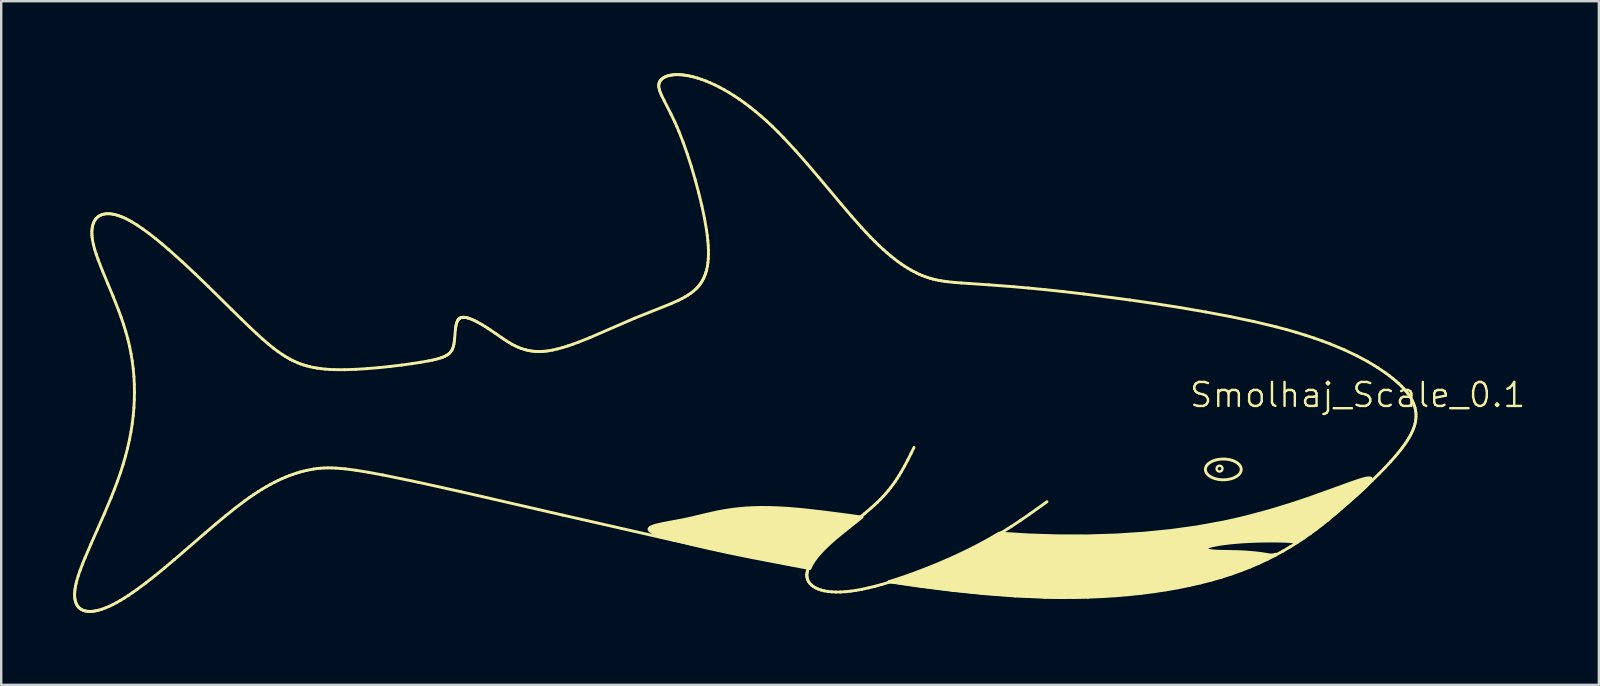
<source format=kicad_pcb>
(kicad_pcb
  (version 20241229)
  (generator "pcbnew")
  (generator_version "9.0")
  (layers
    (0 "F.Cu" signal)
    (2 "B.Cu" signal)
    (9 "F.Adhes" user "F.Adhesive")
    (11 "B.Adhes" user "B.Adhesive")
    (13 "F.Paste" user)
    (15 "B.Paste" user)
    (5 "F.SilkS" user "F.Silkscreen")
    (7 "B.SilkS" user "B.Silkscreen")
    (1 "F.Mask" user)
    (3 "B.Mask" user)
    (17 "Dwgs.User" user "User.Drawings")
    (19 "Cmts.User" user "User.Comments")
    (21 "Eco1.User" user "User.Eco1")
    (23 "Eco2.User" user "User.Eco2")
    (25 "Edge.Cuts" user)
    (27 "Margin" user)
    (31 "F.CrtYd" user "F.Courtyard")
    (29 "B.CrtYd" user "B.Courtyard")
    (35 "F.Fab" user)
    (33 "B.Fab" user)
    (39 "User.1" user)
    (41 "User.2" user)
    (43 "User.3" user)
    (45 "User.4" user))
  (footprint "Smolhaj_Scale_0.1"
    (layer "F.Cu")
    (at 55.957 14.324)
    (property "Reference" "Smolhaj_Scale_0.1" (at -2.43 -0.916 0) (unlocked yes) (layer "F.SilkS") (effects (font (size 1 1) (thickness 0.1))))
    (attr exclude_from_pos_files exclude_from_bom allow_missing_courtyard)
    (private_layers "User.2")
    (fp_line (start -55.897 7.382) (end -55.897 7.456) (stroke (width 0.12) (type default)) (layer "F.SilkS"))
    (fp_line (start -55.897 7.456) (end -55.892 7.526) (stroke (width 0.12) (type default)) (layer "F.SilkS"))
    (fp_line (start -55.893 7.304) (end -55.897 7.382) (stroke (width 0.12) (type default)) (layer "F.SilkS"))
    (fp_line (start -55.892 7.526) (end -55.884 7.591) (stroke (width 0.12) (type default)) (layer "F.SilkS"))
    (fp_line (start -55.886 7.221) (end -55.893 7.304) (stroke (width 0.12) (type default)) (layer "F.SilkS"))
    (fp_line (start -55.884 7.591) (end -55.872 7.652) (stroke (width 0.12) (type default)) (layer "F.SilkS"))
    (fp_line (start -55.874 7.134) (end -55.886 7.221) (stroke (width 0.12) (type default)) (layer "F.SilkS"))
    (fp_line (start -55.872 7.652) (end -55.857 7.709) (stroke (width 0.12) (type default)) (layer "F.SilkS"))
    (fp_line (start -55.858 7.042) (end -55.874 7.134) (stroke (width 0.12) (type default)) (layer "F.SilkS"))
    (fp_line (start -55.857 7.709) (end -55.838 7.762) (stroke (width 0.12) (type default)) (layer "F.SilkS"))
    (fp_line (start -55.838 7.762) (end -55.816 7.81) (stroke (width 0.12) (type default)) (layer "F.SilkS"))
    (fp_line (start -55.837 6.945) (end -55.858 7.042) (stroke (width 0.12) (type default)) (layer "F.SilkS"))
    (fp_line (start -55.816 7.81) (end -55.791 7.855) (stroke (width 0.12) (type default)) (layer "F.SilkS"))
    (fp_line (start -55.812 6.844) (end -55.837 6.945) (stroke (width 0.12) (type default)) (layer "F.SilkS"))
    (fp_line (start -55.791 7.855) (end -55.762 7.896) (stroke (width 0.12) (type default)) (layer "F.SilkS"))
    (fp_line (start -55.762 7.896) (end -55.73 7.933) (stroke (width 0.12) (type default)) (layer "F.SilkS"))
    (fp_line (start -55.749 6.628) (end -55.812 6.844) (stroke (width 0.12) (type default)) (layer "F.SilkS"))
    (fp_line (start -55.73 7.933) (end -55.696 7.966) (stroke (width 0.12) (type default)) (layer "F.SilkS"))
    (fp_line (start -55.696 7.966) (end -55.658 7.996) (stroke (width 0.12) (type default)) (layer "F.SilkS"))
    (fp_line (start -55.669 6.394) (end -55.749 6.628) (stroke (width 0.12) (type default)) (layer "F.SilkS"))
    (fp_line (start -55.658 7.996) (end -55.618 8.022) (stroke (width 0.12) (type default)) (layer "F.SilkS"))
    (fp_line (start -55.618 8.022) (end -55.575 8.044) (stroke (width 0.12) (type default)) (layer "F.SilkS"))
    (fp_line (start -55.575 8.044) (end -55.529 8.063) (stroke (width 0.12) (type default)) (layer "F.SilkS"))
    (fp_line (start -55.574 6.143) (end -55.669 6.394) (stroke (width 0.12) (type default)) (layer "F.SilkS"))
    (fp_line (start -55.529 8.063) (end -55.481 8.078) (stroke (width 0.12) (type default)) (layer "F.SilkS"))
    (fp_line (start -55.481 8.078) (end -55.431 8.09) (stroke (width 0.12) (type default)) (layer "F.SilkS"))
    (fp_line (start -55.466 5.877) (end -55.574 6.143) (stroke (width 0.12) (type default)) (layer "F.SilkS"))
    (fp_line (start -55.431 8.09) (end -55.379 8.098) (stroke (width 0.12) (type default)) (layer "F.SilkS"))
    (fp_line (start -55.379 8.098) (end -55.324 8.103) (stroke (width 0.12) (type default)) (layer "F.SilkS"))
    (fp_line (start -55.324 8.103) (end -55.267 8.105) (stroke (width 0.12) (type default)) (layer "F.SilkS"))
    (fp_line (start -55.267 8.105) (end -55.209 8.104) (stroke (width 0.12) (type default)) (layer "F.SilkS"))
    (fp_line (start -55.221 5.306) (end -55.466 5.877) (stroke (width 0.12) (type default)) (layer "F.SilkS"))
    (fp_line (start -55.209 8.104) (end -55.148 8.099) (stroke (width 0.12) (type default)) (layer "F.SilkS"))
    (fp_line (start -55.179 -7.647) (end -55.175 -7.563) (stroke (width 0.12) (type default)) (layer "F.SilkS"))
    (fp_line (start -55.179 -7.728) (end -55.179 -7.647) (stroke (width 0.12) (type default)) (layer "F.SilkS"))
    (fp_line (start -55.175 -7.563) (end -55.167 -7.475) (stroke (width 0.12) (type default)) (layer "F.SilkS"))
    (fp_line (start -55.174 -7.805) (end -55.179 -7.728) (stroke (width 0.12) (type default)) (layer "F.SilkS"))
    (fp_line (start -55.167 -7.475) (end -55.155 -7.384) (stroke (width 0.12) (type default)) (layer "F.SilkS"))
    (fp_line (start -55.165 -7.879) (end -55.174 -7.805) (stroke (width 0.12) (type default)) (layer "F.SilkS"))
    (fp_line (start -55.155 -7.384) (end -55.117 -7.194) (stroke (width 0.12) (type default)) (layer "F.SilkS"))
    (fp_line (start -55.152 -7.949) (end -55.165 -7.879) (stroke (width 0.12) (type default)) (layer "F.SilkS"))
    (fp_line (start -55.148 8.099) (end -55.086 8.092) (stroke (width 0.12) (type default)) (layer "F.SilkS"))
    (fp_line (start -55.135 -8.015) (end -55.152 -7.949) (stroke (width 0.12) (type default)) (layer "F.SilkS"))
    (fp_line (start -55.117 -7.194) (end -55.064 -6.991) (stroke (width 0.12) (type default)) (layer "F.SilkS"))
    (fp_line (start -55.113 -8.077) (end -55.135 -8.015) (stroke (width 0.12) (type default)) (layer "F.SilkS"))
    (fp_line (start -55.088 -8.135) (end -55.113 -8.077) (stroke (width 0.12) (type default)) (layer "F.SilkS"))
    (fp_line (start -55.086 8.092) (end -55.023 8.081) (stroke (width 0.12) (type default)) (layer "F.SilkS"))
    (fp_line (start -55.064 -6.991) (end -54.997 -6.777) (stroke (width 0.12) (type default)) (layer "F.SilkS"))
    (fp_line (start -55.058 -8.188) (end -55.088 -8.135) (stroke (width 0.12) (type default)) (layer "F.SilkS"))
    (fp_line (start -55.024 -8.238) (end -55.058 -8.188) (stroke (width 0.12) (type default)) (layer "F.SilkS"))
    (fp_line (start -55.023 8.081) (end -54.957 8.068) (stroke (width 0.12) (type default)) (layer "F.SilkS"))
    (fp_line (start -54.997 -6.777) (end -54.918 -6.553) (stroke (width 0.12) (type default)) (layer "F.SilkS"))
    (fp_line (start -54.986 -8.282) (end -55.024 -8.238) (stroke (width 0.12) (type default)) (layer "F.SilkS"))
    (fp_line (start -54.957 8.068) (end -54.891 8.051) (stroke (width 0.12) (type default)) (layer "F.SilkS"))
    (fp_line (start -54.948 4.689) (end -55.221 5.306) (stroke (width 0.12) (type default)) (layer "F.SilkS"))
    (fp_line (start -54.945 -8.323) (end -54.986 -8.282) (stroke (width 0.12) (type default)) (layer "F.SilkS"))
    (fp_line (start -54.918 -6.553) (end -54.731 -6.074) (stroke (width 0.12) (type default)) (layer "F.SilkS"))
    (fp_line (start -54.899 -8.358) (end -54.945 -8.323) (stroke (width 0.12) (type default)) (layer "F.SilkS"))
    (fp_line (start -54.891 8.051) (end -54.753 8.01) (stroke (width 0.12) (type default)) (layer "F.SilkS"))
    (fp_line (start -54.849 -8.389) (end -54.899 -8.358) (stroke (width 0.12) (type default)) (layer "F.SilkS"))
    (fp_line (start -54.795 -8.415) (end -54.849 -8.389) (stroke (width 0.12) (type default)) (layer "F.SilkS"))
    (fp_line (start -54.753 8.01) (end -54.611 7.958) (stroke (width 0.12) (type default)) (layer "F.SilkS"))
    (fp_line (start -54.737 -8.436) (end -54.795 -8.415) (stroke (width 0.12) (type default)) (layer "F.SilkS"))
    (fp_line (start -54.731 -6.074) (end -54.518 -5.561) (stroke (width 0.12) (type default)) (layer "F.SilkS"))
    (fp_line (start -54.675 -8.451) (end -54.737 -8.436) (stroke (width 0.12) (type default)) (layer "F.SilkS"))
    (fp_line (start -54.661 4.038) (end -54.948 4.689) (stroke (width 0.12) (type default)) (layer "F.SilkS"))
    (fp_line (start -54.611 7.958) (end -54.463 7.896) (stroke (width 0.12) (type default)) (layer "F.SilkS"))
    (fp_line (start -54.61 -8.462) (end -54.675 -8.451) (stroke (width 0.12) (type default)) (layer "F.SilkS"))
    (fp_line (start -54.54 -8.467) (end -54.61 -8.462) (stroke (width 0.12) (type default)) (layer "F.SilkS"))
    (fp_line (start -54.518 -5.561) (end -54.292 -5.017) (stroke (width 0.12) (type default)) (layer "F.SilkS"))
    (fp_line (start -54.467 -8.467) (end -54.54 -8.467) (stroke (width 0.12) (type default)) (layer "F.SilkS"))
    (fp_line (start -54.463 7.896) (end -54.311 7.823) (stroke (width 0.12) (type default)) (layer "F.SilkS"))
    (fp_line (start -54.389 -8.461) (end -54.467 -8.467) (stroke (width 0.12) (type default)) (layer "F.SilkS"))
    (fp_line (start -54.377 3.364) (end -54.661 4.038) (stroke (width 0.12) (type default)) (layer "F.SilkS"))
    (fp_line (start -54.311 7.823) (end -54.154 7.74) (stroke (width 0.12) (type default)) (layer "F.SilkS"))
    (fp_line (start -54.308 -8.449) (end -54.389 -8.461) (stroke (width 0.12) (type default)) (layer "F.SilkS"))
    (fp_line (start -54.292 -5.017) (end -54.067 -4.447) (stroke (width 0.12) (type default)) (layer "F.SilkS"))
    (fp_line (start -54.241 3.021) (end -54.377 3.364) (stroke (width 0.12) (type default)) (layer "F.SilkS"))
    (fp_line (start -54.223 -8.431) (end -54.308 -8.449) (stroke (width 0.12) (type default)) (layer "F.SilkS"))
    (fp_line (start -54.154 7.74) (end -53.992 7.648) (stroke (width 0.12) (type default)) (layer "F.SilkS"))
    (fp_line (start -54.134 -8.408) (end -54.223 -8.431) (stroke (width 0.12) (type default)) (layer "F.SilkS"))
    (fp_line (start -54.111 2.675) (end -54.241 3.021) (stroke (width 0.12) (type default)) (layer "F.SilkS"))
    (fp_line (start -54.067 -4.447) (end -53.96 -4.154) (stroke (width 0.12) (type default)) (layer "F.SilkS"))
    (fp_line (start -54.042 -8.378) (end -54.134 -8.408) (stroke (width 0.12) (type default)) (layer "F.SilkS"))
    (fp_line (start -53.992 7.648) (end -53.826 7.547) (stroke (width 0.12) (type default)) (layer "F.SilkS"))
    (fp_line (start -53.989 2.33) (end -54.111 2.675) (stroke (width 0.12) (type default)) (layer "F.SilkS"))
    (fp_line (start -53.96 -4.154) (end -53.859 -3.856) (stroke (width 0.12) (type default)) (layer "F.SilkS"))
    (fp_line (start -53.946 -8.343) (end -54.042 -8.378) (stroke (width 0.12) (type default)) (layer "F.SilkS"))
    (fp_line (start -53.878 1.984) (end -53.989 2.33) (stroke (width 0.12) (type default)) (layer "F.SilkS"))
    (fp_line (start -53.859 -3.856) (end -53.766 -3.554) (stroke (width 0.12) (type default)) (layer "F.SilkS"))
    (fp_line (start -53.846 -8.301) (end -53.946 -8.343) (stroke (width 0.12) (type default)) (layer "F.SilkS"))
    (fp_line (start -53.826 7.547) (end -53.655 7.437) (stroke (width 0.12) (type default)) (layer "F.SilkS"))
    (fp_line (start -53.778 1.64) (end -53.878 1.984) (stroke (width 0.12) (type default)) (layer "F.SilkS"))
    (fp_line (start -53.766 -3.554) (end -53.681 -3.249) (stroke (width 0.12) (type default)) (layer "F.SilkS"))
    (fp_line (start -53.742 -8.253) (end -53.846 -8.301) (stroke (width 0.12) (type default)) (layer "F.SilkS"))
    (fp_line (start -53.69 1.299) (end -53.778 1.64) (stroke (width 0.12) (type default)) (layer "F.SilkS"))
    (fp_line (start -53.681 -3.249) (end -53.608 -2.941) (stroke (width 0.12) (type default)) (layer "F.SilkS"))
    (fp_line (start -53.655 7.437) (end -53.48 7.318) (stroke (width 0.12) (type default)) (layer "F.SilkS"))
    (fp_line (start -53.635 -8.198) (end -53.742 -8.253) (stroke (width 0.12) (type default)) (layer "F.SilkS"))
    (fp_line (start -53.614 0.959) (end -53.69 1.299) (stroke (width 0.12) (type default)) (layer "F.SilkS"))
    (fp_line (start -53.608 -2.941) (end -53.546 -2.63) (stroke (width 0.12) (type default)) (layer "F.SilkS"))
    (fp_line (start -53.549 0.621) (end -53.614 0.959) (stroke (width 0.12) (type default)) (layer "F.SilkS"))
    (fp_line (start -53.546 -2.63) (end -53.495 -2.316) (stroke (width 0.12) (type default)) (layer "F.SilkS"))
    (fp_line (start -53.524 -8.136) (end -53.635 -8.198) (stroke (width 0.12) (type default)) (layer "F.SilkS"))
    (fp_line (start -53.497 0.285) (end -53.549 0.621) (stroke (width 0.12) (type default)) (layer "F.SilkS"))
    (fp_line (start -53.495 -2.316) (end -53.455 -2) (stroke (width 0.12) (type default)) (layer "F.SilkS"))
    (fp_line (start -53.48 7.318) (end -53.301 7.192) (stroke (width 0.12) (type default)) (layer "F.SilkS"))
    (fp_line (start -53.456 -0.048) (end -53.497 0.285) (stroke (width 0.12) (type default)) (layer "F.SilkS"))
    (fp_line (start -53.455 -2) (end -53.426 -1.681) (stroke (width 0.12) (type default)) (layer "F.SilkS"))
    (fp_line (start -53.427 -0.379) (end -53.456 -0.048) (stroke (width 0.12) (type default)) (layer "F.SilkS"))
    (fp_line (start -53.426 -1.681) (end -53.409 -1.359) (stroke (width 0.12) (type default)) (layer "F.SilkS"))
    (fp_line (start -53.41 -0.708) (end -53.427 -0.379) (stroke (width 0.12) (type default)) (layer "F.SilkS"))
    (fp_line (start -53.409 -1.359) (end -53.404 -1.035) (stroke (width 0.12) (type default)) (layer "F.SilkS"))
    (fp_line (start -53.404 -1.035) (end -53.41 -0.708) (stroke (width 0.12) (type default)) (layer "F.SilkS"))
    (fp_line (start -53.301 7.192) (end -52.93 6.917) (stroke (width 0.12) (type default)) (layer "F.SilkS"))
    (fp_line (start -53.292 -7.994) (end -53.524 -8.136) (stroke (width 0.12) (type default)) (layer "F.SilkS"))
    (fp_line (start -53.047 -7.827) (end -53.292 -7.994) (stroke (width 0.12) (type default)) (layer "F.SilkS"))
    (fp_line (start -52.93 6.917) (end -52.545 6.614) (stroke (width 0.12) (type default)) (layer "F.SilkS"))
    (fp_line (start -52.791 -7.639) (end -53.047 -7.827) (stroke (width 0.12) (type default)) (layer "F.SilkS"))
    (fp_line (start -52.545 6.614) (end -52.145 6.287) (stroke (width 0.12) (type default)) (layer "F.SilkS"))
    (fp_line (start -52.526 -7.432) (end -52.791 -7.639) (stroke (width 0.12) (type default)) (layer "F.SilkS"))
    (fp_line (start -52.255 -7.209) (end -52.526 -7.432) (stroke (width 0.12) (type default)) (layer "F.SilkS"))
    (fp_line (start -52.145 6.287) (end -51.733 5.939) (stroke (width 0.12) (type default)) (layer "F.SilkS"))
    (fp_line (start -51.979 -6.973) (end -52.255 -7.209) (stroke (width 0.12) (type default)) (layer "F.SilkS"))
    (fp_line (start -51.733 5.939) (end -51.311 5.576) (stroke (width 0.12) (type default)) (layer "F.SilkS"))
    (fp_line (start -51.418 -6.471) (end -51.979 -6.973) (stroke (width 0.12) (type default)) (layer "F.SilkS"))
    (fp_line (start -51.311 5.576) (end -50.456 4.836) (stroke (width 0.12) (type default)) (layer "F.SilkS"))
    (fp_line (start -50.861 -5.949) (end -51.418 -6.471) (stroke (width 0.12) (type default)) (layer "F.SilkS"))
    (fp_line (start -50.456 4.836) (end -50.031 4.473) (stroke (width 0.12) (type default)) (layer "F.SilkS"))
    (fp_line (start -50.321 -5.428) (end -50.861 -5.949) (stroke (width 0.12) (type default)) (layer "F.SilkS"))
    (fp_line (start -50.031 4.473) (end -49.613 4.125) (stroke (width 0.12) (type default)) (layer "F.SilkS"))
    (fp_line (start -49.613 4.125) (end -49.206 3.799) (stroke (width 0.12) (type default)) (layer "F.SilkS"))
    (fp_line (start -49.356 -4.477) (end -50.321 -5.428) (stroke (width 0.12) (type default)) (layer "F.SilkS"))
    (fp_line (start -49.206 3.799) (end -48.813 3.501) (stroke (width 0.12) (type default)) (layer "F.SilkS"))
    (fp_line (start -48.957 -4.085) (end -49.356 -4.477) (stroke (width 0.12) (type default)) (layer "F.SilkS"))
    (fp_line (start -48.813 3.501) (end -48.624 3.366) (stroke (width 0.12) (type default)) (layer "F.SilkS"))
    (fp_line (start -48.624 3.366) (end -48.439 3.239) (stroke (width 0.12) (type default)) (layer "F.SilkS"))
    (fp_line (start -48.613 -3.753) (end -48.957 -4.085) (stroke (width 0.12) (type default)) (layer "F.SilkS"))
    (fp_line (start -48.439 3.239) (end -48.258 3.12) (stroke (width 0.12) (type default)) (layer "F.SilkS"))
    (fp_line (start -48.316 -3.472) (end -48.613 -3.753) (stroke (width 0.12) (type default)) (layer "F.SilkS"))
    (fp_line (start -48.258 3.12) (end -48.082 3.01) (stroke (width 0.12) (type default)) (layer "F.SilkS"))
    (fp_line (start -48.082 3.01) (end -47.91 2.908) (stroke (width 0.12) (type default)) (layer "F.SilkS"))
    (fp_line (start -48.056 -3.236) (end -48.316 -3.472) (stroke (width 0.12) (type default)) (layer "F.SilkS"))
    (fp_line (start -47.91 2.908) (end -47.741 2.813) (stroke (width 0.12) (type default)) (layer "F.SilkS"))
    (fp_line (start -47.826 -3.038) (end -48.056 -3.236) (stroke (width 0.12) (type default)) (layer "F.SilkS"))
    (fp_line (start -47.741 2.813) (end -47.576 2.726) (stroke (width 0.12) (type default)) (layer "F.SilkS"))
    (fp_line (start -47.617 -2.869) (end -47.826 -3.038) (stroke (width 0.12) (type default)) (layer "F.SilkS"))
    (fp_line (start -47.576 2.726) (end -47.414 2.646) (stroke (width 0.12) (type default)) (layer "F.SilkS"))
    (fp_line (start -47.421 -2.722) (end -47.617 -2.869) (stroke (width 0.12) (type default)) (layer "F.SilkS"))
    (fp_line (start -47.414 2.646) (end -47.256 2.573) (stroke (width 0.12) (type default)) (layer "F.SilkS"))
    (fp_line (start -47.256 2.573) (end -47.1 2.506) (stroke (width 0.12) (type default)) (layer "F.SilkS"))
    (fp_line (start -47.228 -2.591) (end -47.421 -2.722) (stroke (width 0.12) (type default)) (layer "F.SilkS"))
    (fp_line (start -47.131 -2.529) (end -47.228 -2.591) (stroke (width 0.12) (type default)) (layer "F.SilkS"))
    (fp_line (start -47.1 2.506) (end -46.948 2.445) (stroke (width 0.12) (type default)) (layer "F.SilkS"))
    (fp_line (start -47.032 -2.469) (end -47.131 -2.529) (stroke (width 0.12) (type default)) (layer "F.SilkS"))
    (fp_line (start -46.948 2.445) (end -46.798 2.391) (stroke (width 0.12) (type default)) (layer "F.SilkS"))
    (fp_line (start -46.93 -2.412) (end -47.032 -2.469) (stroke (width 0.12) (type default)) (layer "F.SilkS"))
    (fp_line (start -46.826 -2.357) (end -46.93 -2.412) (stroke (width 0.12) (type default)) (layer "F.SilkS"))
    (fp_line (start -46.798 2.391) (end -46.65 2.342) (stroke (width 0.12) (type default)) (layer "F.SilkS"))
    (fp_line (start -46.717 -2.305) (end -46.826 -2.357) (stroke (width 0.12) (type default)) (layer "F.SilkS"))
    (fp_line (start -46.65 2.342) (end -46.505 2.298) (stroke (width 0.12) (type default)) (layer "F.SilkS"))
    (fp_line (start -46.604 -2.256) (end -46.717 -2.305) (stroke (width 0.12) (type default)) (layer "F.SilkS"))
    (fp_line (start -46.505 2.298) (end -46.361 2.259) (stroke (width 0.12) (type default)) (layer "F.SilkS"))
    (fp_line (start -46.485 -2.209) (end -46.604 -2.256) (stroke (width 0.12) (type default)) (layer "F.SilkS"))
    (fp_line (start -46.361 2.259) (end -46.22 2.226) (stroke (width 0.12) (type default)) (layer "F.SilkS"))
    (fp_line (start -46.361 -2.167) (end -46.485 -2.209) (stroke (width 0.12) (type default)) (layer "F.SilkS"))
    (fp_line (start -46.23 -2.128) (end -46.361 -2.167) (stroke (width 0.12) (type default)) (layer "F.SilkS"))
    (fp_line (start -46.22 2.226) (end -45.939 2.172) (stroke (width 0.12) (type default)) (layer "F.SilkS"))
    (fp_line (start -46.092 -2.092) (end -46.23 -2.128) (stroke (width 0.12) (type default)) (layer "F.SilkS"))
    (fp_line (start -45.946 -2.061) (end -46.092 -2.092) (stroke (width 0.12) (type default)) (layer "F.SilkS"))
    (fp_line (start -45.939 2.172) (end -45.798 2.152) (stroke (width 0.12) (type default)) (layer "F.SilkS"))
    (fp_line (start -45.798 2.152) (end -45.653 2.138) (stroke (width 0.12) (type default)) (layer "F.SilkS"))
    (fp_line (start -45.791 -2.034) (end -45.946 -2.061) (stroke (width 0.12) (type default)) (layer "F.SilkS"))
    (fp_line (start -45.653 2.138) (end -45.503 2.128) (stroke (width 0.12) (type default)) (layer "F.SilkS"))
    (fp_line (start -45.627 -2.011) (end -45.791 -2.034) (stroke (width 0.12) (type default)) (layer "F.SilkS"))
    (fp_line (start -45.503 2.128) (end -45.346 2.124) (stroke (width 0.12) (type default)) (layer "F.SilkS"))
    (fp_line (start -45.453 -1.992) (end -45.627 -2.011) (stroke (width 0.12) (type default)) (layer "F.SilkS"))
    (fp_line (start -45.346 2.124) (end -45.182 2.126) (stroke (width 0.12) (type default)) (layer "F.SilkS"))
    (fp_line (start -45.269 -1.979) (end -45.453 -1.992) (stroke (width 0.12) (type default)) (layer "F.SilkS"))
    (fp_line (start -45.182 2.126) (end -45.007 2.133) (stroke (width 0.12) (type default)) (layer "F.SilkS"))
    (fp_line (start -45.073 -1.97) (end -45.269 -1.979) (stroke (width 0.12) (type default)) (layer "F.SilkS"))
    (fp_line (start -45.007 2.133) (end -44.821 2.146) (stroke (width 0.12) (type default)) (layer "F.SilkS"))
    (fp_line (start -44.821 2.146) (end -44.622 2.165) (stroke (width 0.12) (type default)) (layer "F.SilkS"))
    (fp_line (start -44.647 -1.968) (end -45.073 -1.97) (stroke (width 0.12) (type default)) (layer "F.SilkS"))
    (fp_line (start -44.622 2.165) (end -44.177 2.223) (stroke (width 0.12) (type default)) (layer "F.SilkS"))
    (fp_line (start -44.187 -1.983) (end -44.647 -1.968) (stroke (width 0.12) (type default)) (layer "F.SilkS"))
    (fp_line (start -44.177 2.223) (end -43.66 2.307) (stroke (width 0.12) (type default)) (layer "F.SilkS"))
    (fp_line (start -43.705 -2.013) (end -44.187 -1.983) (stroke (width 0.12) (type default)) (layer "F.SilkS"))
    (fp_line (start -43.66 2.307) (end -43.058 2.418) (stroke (width 0.12) (type default)) (layer "F.SilkS"))
    (fp_line (start -43.216 -2.054) (end -43.705 -2.013) (stroke (width 0.12) (type default)) (layer "F.SilkS"))
    (fp_line (start -43.058 2.418) (end -41.575 2.724) (stroke (width 0.12) (type default)) (layer "F.SilkS"))
    (fp_line (start -42.734 -2.105) (end -43.216 -2.054) (stroke (width 0.12) (type default)) (layer "F.SilkS"))
    (fp_line (start -42.271 -2.161) (end -42.734 -2.105) (stroke (width 0.12) (type default)) (layer "F.SilkS"))
    (fp_line (start -41.842 -2.22) (end -42.271 -2.161) (stroke (width 0.12) (type default)) (layer "F.SilkS"))
    (fp_line (start -41.575 2.724) (end -39.778 3.122) (stroke (width 0.12) (type default)) (layer "F.SilkS"))
    (fp_line (start -41.46 -2.28) (end -41.842 -2.22) (stroke (width 0.12) (type default)) (layer "F.SilkS"))
    (fp_line (start -41.135 -2.337) (end -41.46 -2.28) (stroke (width 0.12) (type default)) (layer "F.SilkS"))
    (fp_line (start -40.993 -2.366) (end -41.135 -2.337) (stroke (width 0.12) (type default)) (layer "F.SilkS"))
    (fp_line (start -40.865 -2.395) (end -40.993 -2.366) (stroke (width 0.12) (type default)) (layer "F.SilkS"))
    (fp_line (start -40.75 -2.425) (end -40.865 -2.395) (stroke (width 0.12) (type default)) (layer "F.SilkS"))
    (fp_line (start -40.646 -2.457) (end -40.75 -2.425) (stroke (width 0.12) (type default)) (layer "F.SilkS"))
    (fp_line (start -40.553 -2.491) (end -40.646 -2.457) (stroke (width 0.12) (type default)) (layer "F.SilkS"))
    (fp_line (start -40.471 -2.527) (end -40.553 -2.491) (stroke (width 0.12) (type default)) (layer "F.SilkS"))
    (fp_line (start -40.398 -2.565) (end -40.471 -2.527) (stroke (width 0.12) (type default)) (layer "F.SilkS"))
    (fp_line (start -40.335 -2.607) (end -40.398 -2.565) (stroke (width 0.12) (type default)) (layer "F.SilkS"))
    (fp_line (start -40.281 -2.652) (end -40.335 -2.607) (stroke (width 0.12) (type default)) (layer "F.SilkS"))
    (fp_line (start -40.234 -2.701) (end -40.281 -2.652) (stroke (width 0.12) (type default)) (layer "F.SilkS"))
    (fp_line (start -40.194 -2.755) (end -40.234 -2.701) (stroke (width 0.12) (type default)) (layer "F.SilkS"))
    (fp_line (start -40.161 -2.814) (end -40.194 -2.755) (stroke (width 0.12) (type default)) (layer "F.SilkS"))
    (fp_line (start -40.134 -2.878) (end -40.161 -2.814) (stroke (width 0.12) (type default)) (layer "F.SilkS"))
    (fp_line (start -40.112 -2.947) (end -40.134 -2.878) (stroke (width 0.12) (type default)) (layer "F.SilkS"))
    (fp_line (start -40.094 -3.023) (end -40.112 -2.947) (stroke (width 0.12) (type default)) (layer "F.SilkS"))
    (fp_line (start -40.081 -3.103) (end -40.094 -3.023) (stroke (width 0.12) (type default)) (layer "F.SilkS"))
    (fp_line (start -40.07 -3.188) (end -40.081 -3.103) (stroke (width 0.12) (type default)) (layer "F.SilkS"))
    (fp_line (start -40.061 -3.275) (end -40.07 -3.188) (stroke (width 0.12) (type default)) (layer "F.SilkS"))
    (fp_line (start -40.031 -3.629) (end -40.061 -3.275) (stroke (width 0.12) (type default)) (layer "F.SilkS"))
    (fp_line (start -40.021 -3.713) (end -40.031 -3.629) (stroke (width 0.12) (type default)) (layer "F.SilkS"))
    (fp_line (start -40.008 -3.793) (end -40.021 -3.713) (stroke (width 0.12) (type default)) (layer "F.SilkS"))
    (fp_line (start -39.992 -3.867) (end -40.008 -3.793) (stroke (width 0.12) (type default)) (layer "F.SilkS"))
    (fp_line (start -39.971 -3.936) (end -39.992 -3.867) (stroke (width 0.12) (type default)) (layer "F.SilkS"))
    (fp_line (start -39.946 -3.996) (end -39.971 -3.936) (stroke (width 0.12) (type default)) (layer "F.SilkS"))
    (fp_line (start -39.931 -4.024) (end -39.946 -3.996) (stroke (width 0.12) (type default)) (layer "F.SilkS"))
    (fp_line (start -39.914 -4.049) (end -39.931 -4.024) (stroke (width 0.12) (type default)) (layer "F.SilkS"))
    (fp_line (start -39.896 -4.071) (end -39.914 -4.049) (stroke (width 0.12) (type default)) (layer "F.SilkS"))
    (fp_line (start -39.876 -4.091) (end -39.896 -4.071) (stroke (width 0.12) (type default)) (layer "F.SilkS"))
    (fp_line (start -39.854 -4.108) (end -39.876 -4.091) (stroke (width 0.12) (type default)) (layer "F.SilkS"))
    (fp_line (start -39.83 -4.123) (end -39.854 -4.108) (stroke (width 0.12) (type default)) (layer "F.SilkS"))
    (fp_line (start -39.804 -4.134) (end -39.83 -4.123) (stroke (width 0.12) (type default)) (layer "F.SilkS"))
    (fp_line (start -39.778 3.122) (end -35.56 4.091) (stroke (width 0.12) (type default)) (layer "F.SilkS"))
    (fp_line (start -39.776 -4.142) (end -39.804 -4.134) (stroke (width 0.12) (type default)) (layer "F.SilkS"))
    (fp_line (start -39.746 -4.148) (end -39.776 -4.142) (stroke (width 0.12) (type default)) (layer "F.SilkS"))
    (fp_line (start -39.714 -4.151) (end -39.746 -4.148) (stroke (width 0.12) (type default)) (layer "F.SilkS"))
    (fp_line (start -39.68 -4.151) (end -39.714 -4.151) (stroke (width 0.12) (type default)) (layer "F.SilkS"))
    (fp_line (start -39.645 -4.149) (end -39.68 -4.151) (stroke (width 0.12) (type default)) (layer "F.SilkS"))
    (fp_line (start -39.608 -4.144) (end -39.645 -4.149) (stroke (width 0.12) (type default)) (layer "F.SilkS"))
    (fp_line (start -39.569 -4.137) (end -39.608 -4.144) (stroke (width 0.12) (type default)) (layer "F.SilkS"))
    (fp_line (start -39.529 -4.127) (end -39.569 -4.137) (stroke (width 0.12) (type default)) (layer "F.SilkS"))
    (fp_line (start -39.487 -4.115) (end -39.529 -4.127) (stroke (width 0.12) (type default)) (layer "F.SilkS"))
    (fp_line (start -39.4 -4.086) (end -39.487 -4.115) (stroke (width 0.12) (type default)) (layer "F.SilkS"))
    (fp_line (start -39.308 -4.048) (end -39.4 -4.086) (stroke (width 0.12) (type default)) (layer "F.SilkS"))
    (fp_line (start -39.211 -4.003) (end -39.308 -4.048) (stroke (width 0.12) (type default)) (layer "F.SilkS"))
    (fp_line (start -39.111 -3.952) (end -39.211 -4.003) (stroke (width 0.12) (type default)) (layer "F.SilkS"))
    (fp_line (start -39.007 -3.895) (end -39.111 -3.952) (stroke (width 0.12) (type default)) (layer "F.SilkS"))
    (fp_line (start -38.9 -3.833) (end -39.007 -3.895) (stroke (width 0.12) (type default)) (layer "F.SilkS"))
    (fp_line (start -38.792 -3.766) (end -38.9 -3.833) (stroke (width 0.12) (type default)) (layer "F.SilkS"))
    (fp_line (start -38.681 -3.696) (end -38.792 -3.766) (stroke (width 0.12) (type default)) (layer "F.SilkS"))
    (fp_line (start -38.57 -3.623) (end -38.681 -3.696) (stroke (width 0.12) (type default)) (layer "F.SilkS"))
    (fp_line (start -38.346 -3.471) (end -38.57 -3.623) (stroke (width 0.12) (type default)) (layer "F.SilkS"))
    (fp_line (start -38.123 -3.316) (end -38.346 -3.471) (stroke (width 0.12) (type default)) (layer "F.SilkS"))
    (fp_line (start -38.011 -3.239) (end -38.123 -3.316) (stroke (width 0.12) (type default)) (layer "F.SilkS"))
    (fp_line (start -37.898 -3.165) (end -38.011 -3.239) (stroke (width 0.12) (type default)) (layer "F.SilkS"))
    (fp_line (start -37.782 -3.093) (end -37.898 -3.165) (stroke (width 0.12) (type default)) (layer "F.SilkS"))
    (fp_line (start -37.664 -3.025) (end -37.782 -3.093) (stroke (width 0.12) (type default)) (layer "F.SilkS"))
    (fp_line (start -37.542 -2.962) (end -37.664 -3.025) (stroke (width 0.12) (type default)) (layer "F.SilkS"))
    (fp_line (start -37.416 -2.904) (end -37.542 -2.962) (stroke (width 0.12) (type default)) (layer "F.SilkS"))
    (fp_line (start -37.285 -2.853) (end -37.416 -2.904) (stroke (width 0.12) (type default)) (layer "F.SilkS"))
    (fp_line (start -37.148 -2.809) (end -37.285 -2.853) (stroke (width 0.12) (type default)) (layer "F.SilkS"))
    (fp_line (start -37.078 -2.79) (end -37.148 -2.809) (stroke (width 0.12) (type default)) (layer "F.SilkS"))
    (fp_line (start -37.006 -2.773) (end -37.078 -2.79) (stroke (width 0.12) (type default)) (layer "F.SilkS"))
    (fp_line (start -36.932 -2.759) (end -37.006 -2.773) (stroke (width 0.12) (type default)) (layer "F.SilkS"))
    (fp_line (start -36.857 -2.747) (end -36.932 -2.759) (stroke (width 0.12) (type default)) (layer "F.SilkS"))
    (fp_line (start -36.779 -2.737) (end -36.857 -2.747) (stroke (width 0.12) (type default)) (layer "F.SilkS"))
    (fp_line (start -36.7 -2.731) (end -36.779 -2.737) (stroke (width 0.12) (type default)) (layer "F.SilkS"))
    (fp_line (start -36.618 -2.727) (end -36.7 -2.731) (stroke (width 0.12) (type default)) (layer "F.SilkS"))
    (fp_line (start -36.535 -2.725) (end -36.618 -2.727) (stroke (width 0.12) (type default)) (layer "F.SilkS"))
    (fp_line (start -36.449 -2.727) (end -36.535 -2.725) (stroke (width 0.12) (type default)) (layer "F.SilkS"))
    (fp_line (start -36.361 -2.732) (end -36.449 -2.727) (stroke (width 0.12) (type default)) (layer "F.SilkS"))
    (fp_line (start -36.27 -2.74) (end -36.361 -2.732) (stroke (width 0.12) (type default)) (layer "F.SilkS"))
    (fp_line (start -36.177 -2.752) (end -36.27 -2.74) (stroke (width 0.12) (type default)) (layer "F.SilkS"))
    (fp_line (start -35.984 -2.785) (end -36.177 -2.752) (stroke (width 0.12) (type default)) (layer "F.SilkS"))
    (fp_line (start -35.781 -2.831) (end -35.984 -2.785) (stroke (width 0.12) (type default)) (layer "F.SilkS"))
    (fp_line (start -35.57 -2.888) (end -35.781 -2.831) (stroke (width 0.12) (type default)) (layer "F.SilkS"))
    (fp_line (start -35.56 4.091) (end -30.929 5.144) (stroke (width 0.12) (type default)) (layer "F.SilkS"))
    (fp_line (start -35.352 -2.956) (end -35.57 -2.888) (stroke (width 0.12) (type default)) (layer "F.SilkS"))
    (fp_line (start -35.128 -3.032) (end -35.352 -2.956) (stroke (width 0.12) (type default)) (layer "F.SilkS"))
    (fp_line (start -34.899 -3.116) (end -35.128 -3.032) (stroke (width 0.12) (type default)) (layer "F.SilkS"))
    (fp_line (start -34.431 -3.303) (end -34.899 -3.116) (stroke (width 0.12) (type default)) (layer "F.SilkS"))
    (fp_line (start -32.565 -4.112) (end -34.431 -3.303) (stroke (width 0.12) (type default)) (layer "F.SilkS"))
    (fp_line (start -31.556 -13.799) (end -31.55 -13.729) (stroke (width 0.12) (type default)) (layer "F.SilkS"))
    (fp_line (start -31.551 -13.865) (end -31.556 -13.799) (stroke (width 0.12) (type default)) (layer "F.SilkS"))
    (fp_line (start -31.55 -13.729) (end -31.534 -13.653) (stroke (width 0.12) (type default)) (layer "F.SilkS"))
    (fp_line (start -31.544 -13.897) (end -31.551 -13.865) (stroke (width 0.12) (type default)) (layer "F.SilkS"))
    (fp_line (start -31.535 -13.927) (end -31.544 -13.897) (stroke (width 0.12) (type default)) (layer "F.SilkS"))
    (fp_line (start -31.534 -13.653) (end -31.509 -13.571) (stroke (width 0.12) (type default)) (layer "F.SilkS"))
    (fp_line (start -31.523 -13.957) (end -31.535 -13.927) (stroke (width 0.12) (type default)) (layer "F.SilkS"))
    (fp_line (start -31.509 -13.571) (end -31.475 -13.483) (stroke (width 0.12) (type default)) (layer "F.SilkS"))
    (fp_line (start -31.508 -13.985) (end -31.523 -13.957) (stroke (width 0.12) (type default)) (layer "F.SilkS"))
    (fp_line (start -31.49 -14.013) (end -31.508 -13.985) (stroke (width 0.12) (type default)) (layer "F.SilkS"))
    (fp_line (start -31.475 -13.483) (end -31.433 -13.388) (stroke (width 0.12) (type default)) (layer "F.SilkS"))
    (fp_line (start -31.47 -14.039) (end -31.49 -14.013) (stroke (width 0.12) (type default)) (layer "F.SilkS"))
    (fp_line (start -31.447 -14.064) (end -31.47 -14.039) (stroke (width 0.12) (type default)) (layer "F.SilkS"))
    (fp_line (start -31.433 -13.388) (end -31.327 -13.174) (stroke (width 0.12) (type default)) (layer "F.SilkS"))
    (fp_line (start -31.421 -14.088) (end -31.447 -14.064) (stroke (width 0.12) (type default)) (layer "F.SilkS"))
    (fp_line (start -31.393 -14.11) (end -31.421 -14.088) (stroke (width 0.12) (type default)) (layer "F.SilkS"))
    (fp_line (start -31.362 -14.131) (end -31.393 -14.11) (stroke (width 0.12) (type default)) (layer "F.SilkS"))
    (fp_line (start -31.329 -14.151) (end -31.362 -14.131) (stroke (width 0.12) (type default)) (layer "F.SilkS"))
    (fp_line (start -31.327 -13.174) (end -31.049 -12.629) (stroke (width 0.12) (type default)) (layer "F.SilkS"))
    (fp_line (start -31.293 -14.169) (end -31.329 -14.151) (stroke (width 0.12) (type default)) (layer "F.SilkS"))
    (fp_line (start -31.255 -14.186) (end -31.293 -14.169) (stroke (width 0.12) (type default)) (layer "F.SilkS"))
    (fp_line (start -31.215 -14.201) (end -31.255 -14.186) (stroke (width 0.12) (type default)) (layer "F.SilkS"))
    (fp_line (start -31.172 -14.215) (end -31.215 -14.201) (stroke (width 0.12) (type default)) (layer "F.SilkS"))
    (fp_line (start -31.126 -14.227) (end -31.172 -14.215) (stroke (width 0.12) (type default)) (layer "F.SilkS"))
    (fp_line (start -31.079 -14.238) (end -31.126 -14.227) (stroke (width 0.12) (type default)) (layer "F.SilkS"))
    (fp_line (start -31.049 -12.629) (end -30.886 -12.289) (stroke (width 0.12) (type default)) (layer "F.SilkS"))
    (fp_line (start -31.04 -4.721) (end -32.565 -4.112) (stroke (width 0.12) (type default)) (layer "F.SilkS"))
    (fp_line (start -31.029 -14.246) (end -31.079 -14.238) (stroke (width 0.12) (type default)) (layer "F.SilkS"))
    (fp_line (start -30.977 -14.253) (end -31.029 -14.246) (stroke (width 0.12) (type default)) (layer "F.SilkS"))
    (fp_line (start -30.929 5.144) (end -28.482 5.668) (stroke (width 0.12) (type default)) (layer "F.SilkS"))
    (fp_line (start -30.922 -14.259) (end -30.977 -14.253) (stroke (width 0.12) (type default)) (layer "F.SilkS"))
    (fp_line (start -30.886 -12.289) (end -30.801 -12.099) (stroke (width 0.12) (type default)) (layer "F.SilkS"))
    (fp_line (start -30.866 -14.262) (end -30.922 -14.259) (stroke (width 0.12) (type default)) (layer "F.SilkS"))
    (fp_line (start -30.807 -14.264) (end -30.866 -14.262) (stroke (width 0.12) (type default)) (layer "F.SilkS"))
    (fp_line (start -30.801 -12.099) (end -30.715 -11.896) (stroke (width 0.12) (type default)) (layer "F.SilkS"))
    (fp_line (start -30.746 -14.263) (end -30.807 -14.264) (stroke (width 0.12) (type default)) (layer "F.SilkS"))
    (fp_line (start -30.733 -4.859) (end -31.04 -4.721) (stroke (width 0.12) (type default)) (layer "F.SilkS"))
    (fp_line (start -30.715 -11.896) (end -30.54 -11.448) (stroke (width 0.12) (type default)) (layer "F.SilkS"))
    (fp_line (start -30.683 -14.261) (end -30.746 -14.263) (stroke (width 0.12) (type default)) (layer "F.SilkS"))
    (fp_line (start -30.618 -14.257) (end -30.683 -14.261) (stroke (width 0.12) (type default)) (layer "F.SilkS"))
    (fp_line (start -30.592 -4.929) (end -30.733 -4.859) (stroke (width 0.12) (type default)) (layer "F.SilkS"))
    (fp_line (start -30.55 -14.251) (end -30.618 -14.257) (stroke (width 0.12) (type default)) (layer "F.SilkS"))
    (fp_line (start -30.54 -11.448) (end -30.366 -10.955) (stroke (width 0.12) (type default)) (layer "F.SilkS"))
    (fp_line (start -30.481 -14.242) (end -30.55 -14.251) (stroke (width 0.12) (type default)) (layer "F.SilkS"))
    (fp_line (start -30.459 -5.002) (end -30.592 -4.929) (stroke (width 0.12) (type default)) (layer "F.SilkS"))
    (fp_line (start -30.41 -14.232) (end -30.481 -14.242) (stroke (width 0.12) (type default)) (layer "F.SilkS"))
    (fp_line (start -30.366 -10.955) (end -30.197 -10.43) (stroke (width 0.12) (type default)) (layer "F.SilkS"))
    (fp_line (start -30.337 -14.219) (end -30.41 -14.232) (stroke (width 0.12) (type default)) (layer "F.SilkS"))
    (fp_line (start -30.333 -5.078) (end -30.459 -5.002) (stroke (width 0.12) (type default)) (layer "F.SilkS"))
    (fp_line (start -30.262 -14.204) (end -30.337 -14.219) (stroke (width 0.12) (type default)) (layer "F.SilkS"))
    (fp_line (start -30.217 -5.158) (end -30.333 -5.078) (stroke (width 0.12) (type default)) (layer "F.SilkS"))
    (fp_line (start -30.197 -10.43) (end -30.037 -9.886) (stroke (width 0.12) (type default)) (layer "F.SilkS"))
    (fp_line (start -30.185 -14.187) (end -30.262 -14.204) (stroke (width 0.12) (type default)) (layer "F.SilkS"))
    (fp_line (start -30.109 -5.241) (end -30.217 -5.158) (stroke (width 0.12) (type default)) (layer "F.SilkS"))
    (fp_line (start -30.106 -14.168) (end -30.185 -14.187) (stroke (width 0.12) (type default)) (layer "F.SilkS"))
    (fp_line (start -30.037 -9.886) (end -29.89 -9.338) (stroke (width 0.12) (type default)) (layer "F.SilkS"))
    (fp_line (start -30.01 -5.33) (end -30.109 -5.241) (stroke (width 0.12) (type default)) (layer "F.SilkS"))
    (fp_line (start -29.963 -5.377) (end -30.01 -5.33) (stroke (width 0.12) (type default)) (layer "F.SilkS"))
    (fp_line (start -29.943 -14.122) (end -30.106 -14.168) (stroke (width 0.12) (type default)) (layer "F.SilkS"))
    (fp_line (start -29.919 -5.425) (end -29.963 -5.377) (stroke (width 0.12) (type default)) (layer "F.SilkS"))
    (fp_line (start -29.89 -9.338) (end -29.759 -8.797) (stroke (width 0.12) (type default)) (layer "F.SilkS"))
    (fp_line (start -29.878 -5.474) (end -29.919 -5.425) (stroke (width 0.12) (type default)) (layer "F.SilkS"))
    (fp_line (start -29.838 -5.525) (end -29.878 -5.474) (stroke (width 0.12) (type default)) (layer "F.SilkS"))
    (fp_line (start -29.8 -5.578) (end -29.838 -5.525) (stroke (width 0.12) (type default)) (layer "F.SilkS"))
    (fp_line (start -29.774 -14.067) (end -29.943 -14.122) (stroke (width 0.12) (type default)) (layer "F.SilkS"))
    (fp_line (start -29.765 -5.632) (end -29.8 -5.578) (stroke (width 0.12) (type default)) (layer "F.SilkS"))
    (fp_line (start -29.759 -8.797) (end -29.65 -8.277) (stroke (width 0.12) (type default)) (layer "F.SilkS"))
    (fp_line (start -29.732 -5.689) (end -29.765 -5.632) (stroke (width 0.12) (type default)) (layer "F.SilkS"))
    (fp_line (start -29.701 -5.747) (end -29.732 -5.689) (stroke (width 0.12) (type default)) (layer "F.SilkS"))
    (fp_line (start -29.672 -5.806) (end -29.701 -5.747) (stroke (width 0.12) (type default)) (layer "F.SilkS"))
    (fp_line (start -29.65 -8.277) (end -29.566 -7.791) (stroke (width 0.12) (type default)) (layer "F.SilkS"))
    (fp_line (start -29.645 -5.868) (end -29.672 -5.806) (stroke (width 0.12) (type default)) (layer "F.SilkS"))
    (fp_line (start -29.621 -5.931) (end -29.645 -5.868) (stroke (width 0.12) (type default)) (layer "F.SilkS"))
    (fp_line (start -29.598 -5.997) (end -29.621 -5.931) (stroke (width 0.12) (type default)) (layer "F.SilkS"))
    (fp_line (start -29.597 -14.001) (end -29.774 -14.067) (stroke (width 0.12) (type default)) (layer "F.SilkS"))
    (fp_line (start -29.578 -6.064) (end -29.598 -5.997) (stroke (width 0.12) (type default)) (layer "F.SilkS"))
    (fp_line (start -29.566 -7.791) (end -29.535 -7.565) (stroke (width 0.12) (type default)) (layer "F.SilkS"))
    (fp_line (start -29.559 -6.134) (end -29.578 -6.064) (stroke (width 0.12) (type default)) (layer "F.SilkS"))
    (fp_line (start -29.535 -7.565) (end -29.511 -7.35) (stroke (width 0.12) (type default)) (layer "F.SilkS"))
    (fp_line (start -29.528 -6.279) (end -29.559 -6.134) (stroke (width 0.12) (type default)) (layer "F.SilkS"))
    (fp_line (start -29.511 -7.35) (end -29.494 -7.146) (stroke (width 0.12) (type default)) (layer "F.SilkS"))
    (fp_line (start -29.506 -6.433) (end -29.528 -6.279) (stroke (width 0.12) (type default)) (layer "F.SilkS"))
    (fp_line (start -29.494 -7.146) (end -29.486 -6.953) (stroke (width 0.12) (type default)) (layer "F.SilkS"))
    (fp_line (start -29.491 -6.597) (end -29.506 -6.433) (stroke (width 0.12) (type default)) (layer "F.SilkS"))
    (fp_line (start -29.486 -6.953) (end -29.484 -6.77) (stroke (width 0.12) (type default)) (layer "F.SilkS"))
    (fp_line (start -29.484 -6.77) (end -29.491 -6.597) (stroke (width 0.12) (type default)) (layer "F.SilkS"))
    (fp_line (start -29.414 -13.925) (end -29.597 -14.001) (stroke (width 0.12) (type default)) (layer "F.SilkS"))
    (fp_line (start -29.225 -13.839) (end -29.414 -13.925) (stroke (width 0.12) (type default)) (layer "F.SilkS"))
    (fp_line (start -29.03 -13.742) (end -29.225 -13.839) (stroke (width 0.12) (type default)) (layer "F.SilkS"))
    (fp_line (start -28.829 -13.634) (end -29.03 -13.742) (stroke (width 0.12) (type default)) (layer "F.SilkS"))
    (fp_line (start -28.624 -13.514) (end -28.829 -13.634) (stroke (width 0.12) (type default)) (layer "F.SilkS"))
    (fp_line (start -28.482 5.668) (end -25.939 6.176) (stroke (width 0.12) (type default)) (layer "F.SilkS"))
    (fp_line (start -28.413 -13.382) (end -28.624 -13.514) (stroke (width 0.12) (type default)) (layer "F.SilkS"))
    (fp_line (start -28.198 -13.239) (end -28.413 -13.382) (stroke (width 0.12) (type default)) (layer "F.SilkS"))
    (fp_line (start -27.978 -13.083) (end -28.198 -13.239) (stroke (width 0.12) (type default)) (layer "F.SilkS"))
    (fp_line (start -27.754 -12.915) (end -27.978 -13.083) (stroke (width 0.12) (type default)) (layer "F.SilkS"))
    (fp_line (start -27.527 -12.733) (end -27.754 -12.915) (stroke (width 0.12) (type default)) (layer "F.SilkS"))
    (fp_line (start -27.296 -12.538) (end -27.527 -12.733) (stroke (width 0.12) (type default)) (layer "F.SilkS"))
    (fp_line (start -27.061 -12.33) (end -27.296 -12.538) (stroke (width 0.12) (type default)) (layer "F.SilkS"))
    (fp_line (start -26.824 -12.108) (end -27.061 -12.33) (stroke (width 0.12) (type default)) (layer "F.SilkS"))
    (fp_line (start -26.585 -11.872) (end -26.824 -12.108) (stroke (width 0.12) (type default)) (layer "F.SilkS"))
    (fp_line (start -26.343 -11.624) (end -26.585 -11.872) (stroke (width 0.12) (type default)) (layer "F.SilkS"))
    (fp_line (start -25.856 -11.099) (end -26.343 -11.624) (stroke (width 0.12) (type default)) (layer "F.SilkS"))
    (fp_line (start -25.384 6.596) (end -25.383 6.638) (stroke (width 0.12) (type default)) (layer "F.SilkS"))
    (fp_line (start -25.383 6.638) (end -25.378 6.679) (stroke (width 0.12) (type default)) (layer "F.SilkS"))
    (fp_line (start -25.383 6.553) (end -25.384 6.596) (stroke (width 0.12) (type default)) (layer "F.SilkS"))
    (fp_line (start -25.378 6.509) (end -25.383 6.553) (stroke (width 0.12) (type default)) (layer "F.SilkS"))
    (fp_line (start -25.378 6.679) (end -25.37 6.72) (stroke (width 0.12) (type default)) (layer "F.SilkS"))
    (fp_line (start -25.371 6.465) (end -25.378 6.509) (stroke (width 0.12) (type default)) (layer "F.SilkS"))
    (fp_line (start -25.37 6.72) (end -25.345 6.798) (stroke (width 0.12) (type default)) (layer "F.SilkS"))
    (fp_line (start -25.369 -10.546) (end -25.856 -11.099) (stroke (width 0.12) (type default)) (layer "F.SilkS"))
    (fp_line (start -25.361 6.42) (end -25.371 6.465) (stroke (width 0.12) (type default)) (layer "F.SilkS"))
    (fp_line (start -25.347 6.375) (end -25.361 6.42) (stroke (width 0.12) (type default)) (layer "F.SilkS"))
    (fp_line (start -25.345 6.798) (end -25.306 6.873) (stroke (width 0.12) (type default)) (layer "F.SilkS"))
    (fp_line (start -25.331 6.329) (end -25.347 6.375) (stroke (width 0.12) (type default)) (layer "F.SilkS"))
    (fp_line (start -25.313 6.282) (end -25.331 6.329) (stroke (width 0.12) (type default)) (layer "F.SilkS"))
    (fp_line (start -25.306 6.873) (end -25.254 6.943) (stroke (width 0.12) (type default)) (layer "F.SilkS"))
    (fp_line (start -25.292 6.235) (end -25.313 6.282) (stroke (width 0.12) (type default)) (layer "F.SilkS"))
    (fp_line (start -25.268 6.187) (end -25.292 6.235) (stroke (width 0.12) (type default)) (layer "F.SilkS"))
    (fp_line (start -25.254 6.943) (end -25.189 7.009) (stroke (width 0.12) (type default)) (layer "F.SilkS"))
    (fp_line (start -25.213 6.09) (end -25.268 6.187) (stroke (width 0.12) (type default)) (layer "F.SilkS"))
    (fp_line (start -25.189 7.009) (end -25.111 7.069) (stroke (width 0.12) (type default)) (layer "F.SilkS"))
    (fp_line (start -25.148 5.99) (end -25.213 6.09) (stroke (width 0.12) (type default)) (layer "F.SilkS"))
    (fp_line (start -25.111 7.069) (end -25.019 7.124) (stroke (width 0.12) (type default)) (layer "F.SilkS"))
    (fp_line (start -25.075 5.889) (end -25.148 5.99) (stroke (width 0.12) (type default)) (layer "F.SilkS"))
    (fp_line (start -25.019 7.124) (end -24.913 7.172) (stroke (width 0.12) (type default)) (layer "F.SilkS"))
    (fp_line (start -24.993 5.787) (end -25.075 5.889) (stroke (width 0.12) (type default)) (layer "F.SilkS"))
    (fp_line (start -24.913 7.172) (end -24.793 7.213) (stroke (width 0.12) (type default)) (layer "F.SilkS"))
    (fp_line (start -24.903 5.682) (end -24.993 5.787) (stroke (width 0.12) (type default)) (layer "F.SilkS"))
    (fp_line (start -24.887 -9.981) (end -25.369 -10.546) (stroke (width 0.12) (type default)) (layer "F.SilkS"))
    (fp_line (start -24.806 5.577) (end -24.903 5.682) (stroke (width 0.12) (type default)) (layer "F.SilkS"))
    (fp_line (start -24.793 7.213) (end -24.66 7.247) (stroke (width 0.12) (type default)) (layer "F.SilkS"))
    (fp_line (start -24.702 5.471) (end -24.806 5.577) (stroke (width 0.12) (type default)) (layer "F.SilkS"))
    (fp_line (start -24.66 7.247) (end -24.512 7.272) (stroke (width 0.12) (type default)) (layer "F.SilkS"))
    (fp_line (start -24.591 5.363) (end -24.702 5.471) (stroke (width 0.12) (type default)) (layer "F.SilkS"))
    (fp_line (start -24.512 7.272) (end -24.351 7.289) (stroke (width 0.12) (type default)) (layer "F.SilkS"))
    (fp_line (start -24.475 5.255) (end -24.591 5.363) (stroke (width 0.12) (type default)) (layer "F.SilkS"))
    (fp_line (start -24.353 5.146) (end -24.475 5.255) (stroke (width 0.12) (type default)) (layer "F.SilkS"))
    (fp_line (start -24.351 7.289) (end -24.175 7.297) (stroke (width 0.12) (type default)) (layer "F.SilkS"))
    (fp_line (start -24.175 7.297) (end -23.985 7.296) (stroke (width 0.12) (type default)) (layer "F.SilkS"))
    (fp_line (start -24.095 4.927) (end -24.353 5.146) (stroke (width 0.12) (type default)) (layer "F.SilkS"))
    (fp_line (start -23.985 7.296) (end -23.781 7.284) (stroke (width 0.12) (type default)) (layer "F.SilkS"))
    (fp_line (start -23.957 -8.874) (end -24.887 -9.981) (stroke (width 0.12) (type default)) (layer "F.SilkS"))
    (fp_line (start -23.823 4.706) (end -24.095 4.927) (stroke (width 0.12) (type default)) (layer "F.SilkS"))
    (fp_line (start -23.781 7.284) (end -23.562 7.261) (stroke (width 0.12) (type default)) (layer "F.SilkS"))
    (fp_line (start -23.562 7.261) (end -23.328 7.227) (stroke (width 0.12) (type default)) (layer "F.SilkS"))
    (fp_line (start -23.52 -8.361) (end -23.957 -8.874) (stroke (width 0.12) (type default)) (layer "F.SilkS"))
    (fp_line (start -23.328 7.227) (end -23.081 7.182) (stroke (width 0.12) (type default)) (layer "F.SilkS"))
    (fp_line (start -23.259 4.257) (end -23.823 4.706) (stroke (width 0.12) (type default)) (layer "F.SilkS"))
    (fp_line (start -23.108 -7.895) (end -23.52 -8.361) (stroke (width 0.12) (type default)) (layer "F.SilkS"))
    (fp_line (start -23.081 7.182) (end -22.82 7.125) (stroke (width 0.12) (type default)) (layer "F.SilkS"))
    (fp_line (start -22.978 4.028) (end -23.259 4.257) (stroke (width 0.12) (type default)) (layer "F.SilkS"))
    (fp_line (start -22.913 -7.684) (end -23.108 -7.895) (stroke (width 0.12) (type default)) (layer "F.SilkS"))
    (fp_line (start -22.82 7.125) (end -22.547 7.059) (stroke (width 0.12) (type default)) (layer "F.SilkS"))
    (fp_line (start -22.726 -7.487) (end -22.913 -7.684) (stroke (width 0.12) (type default)) (layer "F.SilkS"))
    (fp_line (start -22.706 3.795) (end -22.978 4.028) (stroke (width 0.12) (type default)) (layer "F.SilkS"))
    (fp_line (start -22.574 3.677) (end -22.706 3.795) (stroke (width 0.12) (type default)) (layer "F.SilkS"))
    (fp_line (start -22.547 7.059) (end -22.265 6.982) (stroke (width 0.12) (type default)) (layer "F.SilkS"))
    (fp_line (start -22.545 -7.305) (end -22.726 -7.487) (stroke (width 0.12) (type default)) (layer "F.SilkS"))
    (fp_line (start -22.447 3.559) (end -22.574 3.677) (stroke (width 0.12) (type default)) (layer "F.SilkS"))
    (fp_line (start -22.371 -7.136) (end -22.545 -7.305) (stroke (width 0.12) (type default)) (layer "F.SilkS"))
    (fp_line (start -22.325 3.439) (end -22.447 3.559) (stroke (width 0.12) (type default)) (layer "F.SilkS"))
    (fp_line (start -22.265 6.982) (end -21.677 6.805) (stroke (width 0.12) (type default)) (layer "F.SilkS"))
    (fp_line (start -22.208 3.318) (end -22.325 3.439) (stroke (width 0.12) (type default)) (layer "F.SilkS"))
    (fp_line (start -22.203 -6.981) (end -22.371 -7.136) (stroke (width 0.12) (type default)) (layer "F.SilkS"))
    (fp_line (start -22.097 3.196) (end -22.208 3.318) (stroke (width 0.12) (type default)) (layer "F.SilkS"))
    (fp_line (start -22.041 -6.837) (end -22.203 -6.981) (stroke (width 0.12) (type default)) (layer "F.SilkS"))
    (fp_line (start -21.992 3.072) (end -22.097 3.196) (stroke (width 0.12) (type default)) (layer "F.SilkS"))
    (fp_line (start -21.967 6.869) (end -20.631 7.063) (stroke (width 0.12) (type default)) (layer "F.SilkS"))
    (fp_line (start -21.893 2.948) (end -21.992 3.072) (stroke (width 0.12) (type default)) (layer "F.SilkS"))
    (fp_line (start -21.885 -6.705) (end -22.041 -6.837) (stroke (width 0.12) (type default)) (layer "F.SilkS"))
    (fp_line (start -21.798 2.823) (end -21.893 2.948) (stroke (width 0.12) (type default)) (layer "F.SilkS"))
    (fp_line (start -21.735 -6.585) (end -21.885 -6.705) (stroke (width 0.12) (type default)) (layer "F.SilkS"))
    (fp_line (start -21.709 2.697) (end -21.798 2.823) (stroke (width 0.12) (type default)) (layer "F.SilkS"))
    (fp_line (start -21.677 6.805) (end -21.07 6.598) (stroke (width 0.12) (type default)) (layer "F.SilkS"))
    (fp_line (start -21.623 2.57) (end -21.709 2.697) (stroke (width 0.12) (type default)) (layer "F.SilkS"))
    (fp_line (start -21.59 -6.474) (end -21.735 -6.585) (stroke (width 0.12) (type default)) (layer "F.SilkS"))
    (fp_line (start -21.542 2.442) (end -21.623 2.57) (stroke (width 0.12) (type default)) (layer "F.SilkS"))
    (fp_line (start -21.464 2.314) (end -21.542 2.442) (stroke (width 0.12) (type default)) (layer "F.SilkS"))
    (fp_line (start -21.449 -6.374) (end -21.59 -6.474) (stroke (width 0.12) (type default)) (layer "F.SilkS"))
    (fp_line (start -21.317 2.056) (end -21.464 2.314) (stroke (width 0.12) (type default)) (layer "F.SilkS"))
    (fp_line (start -21.313 -6.283) (end -21.449 -6.374) (stroke (width 0.12) (type default)) (layer "F.SilkS"))
    (fp_line (start -21.182 -6.2) (end -21.313 -6.283) (stroke (width 0.12) (type default)) (layer "F.SilkS"))
    (fp_line (start -21.179 1.796) (end -21.317 2.056) (stroke (width 0.12) (type default)) (layer "F.SilkS"))
    (fp_line (start -21.07 6.598) (end -20.456 6.368) (stroke (width 0.12) (type default)) (layer "F.SilkS"))
    (fp_line (start -21.054 -6.125) (end -21.182 -6.2) (stroke (width 0.12) (type default)) (layer "F.SilkS"))
    (fp_line (start -21.048 1.534) (end -21.179 1.796) (stroke (width 0.12) (type default)) (layer "F.SilkS"))
    (fp_line (start -20.93 -6.058) (end -21.054 -6.125) (stroke (width 0.12) (type default)) (layer "F.SilkS"))
    (fp_line (start -20.919 1.273) (end -21.048 1.534) (stroke (width 0.12) (type default)) (layer "F.SilkS"))
    (fp_line (start -20.809 -5.997) (end -20.93 -6.058) (stroke (width 0.12) (type default)) (layer "F.SilkS"))
    (fp_line (start -20.692 -5.942) (end -20.809 -5.997) (stroke (width 0.12) (type default)) (layer "F.SilkS"))
    (fp_line (start -20.631 7.063) (end -19.304 7.229) (stroke (width 0.12) (type default)) (layer "F.SilkS"))
    (fp_line (start -20.577 -5.893) (end -20.692 -5.942) (stroke (width 0.12) (type default)) (layer "F.SilkS"))
    (fp_line (start -20.464 -5.849) (end -20.577 -5.893) (stroke (width 0.12) (type default)) (layer "F.SilkS"))
    (fp_line (start -20.456 6.368) (end -19.848 6.121) (stroke (width 0.12) (type default)) (layer "F.SilkS"))
    (fp_line (start -20.352 -5.81) (end -20.464 -5.849) (stroke (width 0.12) (type default)) (layer "F.SilkS"))
    (fp_line (start -20.24 -5.775) (end -20.352 -5.81) (stroke (width 0.12) (type default)) (layer "F.SilkS"))
    (fp_line (start -20.128 -5.744) (end -20.24 -5.775) (stroke (width 0.12) (type default)) (layer "F.SilkS"))
    (fp_line (start -20.014 -5.716) (end -20.128 -5.744) (stroke (width 0.12) (type default)) (layer "F.SilkS"))
    (fp_line (start -19.897 -5.692) (end -20.014 -5.716) (stroke (width 0.12) (type default)) (layer "F.SilkS"))
    (fp_line (start -19.848 6.121) (end -19.259 5.864) (stroke (width 0.12) (type default)) (layer "F.SilkS"))
    (fp_line (start -19.778 -5.671) (end -19.897 -5.692) (stroke (width 0.12) (type default)) (layer "F.SilkS"))
    (fp_line (start -19.654 -5.652) (end -19.778 -5.671) (stroke (width 0.12) (type default)) (layer "F.SilkS"))
    (fp_line (start -19.526 -5.635) (end -19.654 -5.652) (stroke (width 0.12) (type default)) (layer "F.SilkS"))
    (fp_line (start -19.304 7.229) (end -17.994 7.364) (stroke (width 0.12) (type default)) (layer "F.SilkS"))
    (fp_line (start -19.259 5.864) (end -18.702 5.602) (stroke (width 0.12) (type default)) (layer "F.SilkS"))
    (fp_line (start -19.251 -5.607) (end -19.526 -5.635) (stroke (width 0.12) (type default)) (layer "F.SilkS"))
    (fp_line (start -18.947 -5.582) (end -19.251 -5.607) (stroke (width 0.12) (type default)) (layer "F.SilkS"))
    (fp_line (start -18.702 5.602) (end -18.44 5.471) (stroke (width 0.12) (type default)) (layer "F.SilkS"))
    (fp_line (start -18.607 -5.559) (end -18.947 -5.582) (stroke (width 0.12) (type default)) (layer "F.SilkS"))
    (fp_line (start -18.44 5.471) (end -18.188 5.34) (stroke (width 0.12) (type default)) (layer "F.SilkS"))
    (fp_line (start -18.188 5.34) (end -17.946 5.21) (stroke (width 0.12) (type default)) (layer "F.SilkS"))
    (fp_line (start -17.994 7.364) (end -16.71 7.461) (stroke (width 0.12) (type default)) (layer "F.SilkS"))
    (fp_line (start -17.946 5.21) (end -17.713 5.08) (stroke (width 0.12) (type default)) (layer "F.SilkS"))
    (fp_line (start -17.791 -5.504) (end -18.607 -5.559) (stroke (width 0.12) (type default)) (layer "F.SilkS"))
    (fp_line (start -17.713 5.08) (end -17.272 4.821) (stroke (width 0.12) (type default)) (layer "F.SilkS"))
    (fp_line (start -17.272 4.821) (end -16.859 4.562) (stroke (width 0.12) (type default)) (layer "F.SilkS"))
    (fp_line (start -16.859 4.562) (end -16.469 4.304) (stroke (width 0.12) (type default)) (layer "F.SilkS"))
    (fp_line (start -16.757 -5.425) (end -17.791 -5.504) (stroke (width 0.12) (type default)) (layer "F.SilkS"))
    (fp_line (start -16.71 7.461) (end -15.46 7.516) (stroke (width 0.12) (type default)) (layer "F.SilkS"))
    (fp_line (start -16.469 4.304) (end -16.096 4.047) (stroke (width 0.12) (type default)) (layer "F.SilkS"))
    (fp_line (start -16.144 -5.371) (end -16.757 -5.425) (stroke (width 0.12) (type default)) (layer "F.SilkS"))
    (fp_line (start -16.096 4.047) (end -15.378 3.533) (stroke (width 0.12) (type default)) (layer "F.SilkS"))
    (fp_line (start -15.46 7.516) (end -14.852 7.527) (stroke (width 0.12) (type default)) (layer "F.SilkS"))
    (fp_line (start -15.459 -5.304) (end -16.144 -5.371) (stroke (width 0.12) (type default)) (layer "F.SilkS"))
    (fp_line (start -14.852 7.527) (end -14.254 7.525) (stroke (width 0.12) (type default)) (layer "F.SilkS"))
    (fp_line (start -14.697 -5.223) (end -15.459 -5.304) (stroke (width 0.12) (type default)) (layer "F.SilkS"))
    (fp_line (start -14.254 7.525) (end -13.668 7.512) (stroke (width 0.12) (type default)) (layer "F.SilkS"))
    (fp_line (start -13.852 -5.125) (end -14.697 -5.223) (stroke (width 0.12) (type default)) (layer "F.SilkS"))
    (fp_line (start -13.668 7.512) (end -13.094 7.488) (stroke (width 0.12) (type default)) (layer "F.SilkS"))
    (fp_line (start -13.094 7.488) (end -12.532 7.453) (stroke (width 0.12) (type default)) (layer "F.SilkS"))
    (fp_line (start -12.532 7.453) (end -11.984 7.407) (stroke (width 0.12) (type default)) (layer "F.SilkS"))
    (fp_line (start -11.984 7.407) (end -11.448 7.351) (stroke (width 0.12) (type default)) (layer "F.SilkS"))
    (fp_line (start -11.928 -4.874) (end -13.852 -5.125) (stroke (width 0.12) (type default)) (layer "F.SilkS"))
    (fp_line (start -11.448 7.351) (end -10.926 7.284) (stroke (width 0.12) (type default)) (layer "F.SilkS"))
    (fp_line (start -10.926 7.284) (end -10.419 7.207) (stroke (width 0.12) (type default)) (layer "F.SilkS"))
    (fp_line (start -10.89 -4.723) (end -11.928 -4.874) (stroke (width 0.12) (type default)) (layer "F.SilkS"))
    (fp_line (start -10.419 7.207) (end -9.925 7.121) (stroke (width 0.12) (type default)) (layer "F.SilkS"))
    (fp_line (start -9.925 7.121) (end -9.447 7.024) (stroke (width 0.12) (type default)) (layer "F.SilkS"))
    (fp_line (start -9.83 -4.557) (end -10.89 -4.723) (stroke (width 0.12) (type default)) (layer "F.SilkS"))
    (fp_line (start -9.447 7.024) (end -8.983 6.918) (stroke (width 0.12) (type default)) (layer "F.SilkS"))
    (fp_line (start -8.983 6.918) (end -8.535 6.803) (stroke (width 0.12) (type default)) (layer "F.SilkS"))
    (fp_line (start -8.772 -4.375) (end -9.83 -4.557) (stroke (width 0.12) (type default)) (layer "F.SilkS"))
    (fp_line (start -8.535 6.803) (end -8.103 6.679) (stroke (width 0.12) (type default)) (layer "F.SilkS"))
    (fp_line (start -8.103 6.679) (end -7.688 6.546) (stroke (width 0.12) (type default)) (layer "F.SilkS"))
    (fp_line (start -7.737 -4.181) (end -8.772 -4.375) (stroke (width 0.12) (type default)) (layer "F.SilkS"))
    (fp_line (start -7.688 6.546) (end -7.289 6.404) (stroke (width 0.12) (type default)) (layer "F.SilkS"))
    (fp_line (start -7.289 6.404) (end -6.907 6.254) (stroke (width 0.12) (type default)) (layer "F.SilkS"))
    (fp_line (start -6.907 6.254) (end -6.541 6.097) (stroke (width 0.12) (type default)) (layer "F.SilkS"))
    (fp_line (start -6.749 -3.973) (end -7.737 -4.181) (stroke (width 0.12) (type default)) (layer "F.SilkS"))
    (fp_line (start -6.541 6.097) (end -6.192 5.933) (stroke (width 0.12) (type default)) (layer "F.SilkS"))
    (fp_line (start -6.192 5.933) (end -5.858 5.763) (stroke (width 0.12) (type default)) (layer "F.SilkS"))
    (fp_line (start -5.858 5.763) (end -5.539 5.588) (stroke (width 0.12) (type default)) (layer "F.SilkS"))
    (fp_line (start -5.829 -3.754) (end -6.749 -3.973) (stroke (width 0.12) (type default)) (layer "F.SilkS"))
    (fp_line (start -5.539 5.588) (end -5.234 5.409) (stroke (width 0.12) (type default)) (layer "F.SilkS"))
    (fp_line (start -5.402 -3.641) (end -5.829 -3.754) (stroke (width 0.12) (type default)) (layer "F.SilkS"))
    (fp_line (start -5.234 5.409) (end -4.942 5.226) (stroke (width 0.12) (type default)) (layer "F.SilkS"))
    (fp_line (start -4.996 -3.525) (end -5.402 -3.641) (stroke (width 0.12) (type default)) (layer "F.SilkS"))
    (fp_line (start -4.942 5.226) (end -4.664 5.042) (stroke (width 0.12) (type default)) (layer "F.SilkS"))
    (fp_line (start -4.664 5.042) (end -4.398 4.856) (stroke (width 0.12) (type default)) (layer "F.SilkS"))
    (fp_line (start -4.613 -3.407) (end -4.996 -3.525) (stroke (width 0.12) (type default)) (layer "F.SilkS"))
    (fp_line (start -4.398 4.856) (end -4.144 4.669) (stroke (width 0.12) (type default)) (layer "F.SilkS"))
    (fp_line (start -4.249 -3.287) (end -4.613 -3.407) (stroke (width 0.12) (type default)) (layer "F.SilkS"))
    (fp_line (start -4.144 4.669) (end -3.901 4.482) (stroke (width 0.12) (type default)) (layer "F.SilkS"))
    (fp_line (start -3.907 -3.167) (end -4.249 -3.287) (stroke (width 0.12) (type default)) (layer "F.SilkS"))
    (fp_line (start -3.901 4.482) (end -3.669 4.296) (stroke (width 0.12) (type default)) (layer "F.SilkS"))
    (fp_line (start -3.669 4.296) (end -3.235 3.931) (stroke (width 0.12) (type default)) (layer "F.SilkS"))
    (fp_line (start -3.583 -3.045) (end -3.907 -3.167) (stroke (width 0.12) (type default)) (layer "F.SilkS"))
    (fp_line (start -3.235 3.931) (end -2.836 3.581) (stroke (width 0.12) (type default)) (layer "F.SilkS"))
    (fp_line (start -2.991 -2.798) (end -3.583 -3.045) (stroke (width 0.12) (type default)) (layer "F.SilkS"))
    (fp_line (start -2.836 3.581) (end -2.469 3.25) (stroke (width 0.12) (type default)) (layer "F.SilkS"))
    (fp_line (start -2.469 -2.551) (end -2.991 -2.798) (stroke (width 0.12) (type default)) (layer "F.SilkS"))
    (fp_line (start -2.469 3.25) (end -2.131 2.939) (stroke (width 0.12) (type default)) (layer "F.SilkS"))
    (fp_line (start -2.131 2.939) (end -1.823 2.646) (stroke (width 0.12) (type default)) (layer "F.SilkS"))
    (fp_line (start -2.011 -2.306) (end -2.469 -2.551) (stroke (width 0.12) (type default)) (layer "F.SilkS"))
    (fp_line (start -1.823 2.646) (end -1.541 2.369) (stroke (width 0.12) (type default)) (layer "F.SilkS"))
    (fp_line (start -1.612 -2.065) (end -2.011 -2.306) (stroke (width 0.12) (type default)) (layer "F.SilkS"))
    (fp_line (start -1.541 2.369) (end -1.285 2.108) (stroke (width 0.12) (type default)) (layer "F.SilkS"))
    (fp_line (start -1.285 2.108) (end -1.055 1.86) (stroke (width 0.12) (type default)) (layer "F.SilkS"))
    (fp_line (start -1.266 -1.83) (end -1.612 -2.065) (stroke (width 0.12) (type default)) (layer "F.SilkS"))
    (fp_line (start -1.111 -1.716) (end -1.266 -1.83) (stroke (width 0.12) (type default)) (layer "F.SilkS"))
    (fp_line (start -1.055 1.86) (end -0.847 1.624) (stroke (width 0.12) (type default)) (layer "F.SilkS"))
    (fp_line (start -0.968 -1.604) (end -1.111 -1.716) (stroke (width 0.12) (type default)) (layer "F.SilkS"))
    (fp_line (start -0.847 1.624) (end -0.752 1.51) (stroke (width 0.12) (type default)) (layer "F.SilkS"))
    (fp_line (start -0.836 -1.494) (end -0.968 -1.604) (stroke (width 0.12) (type default)) (layer "F.SilkS"))
    (fp_line (start -0.752 1.51) (end -0.662 1.399) (stroke (width 0.12) (type default)) (layer "F.SilkS"))
    (fp_line (start -0.715 -1.386) (end -0.836 -1.494) (stroke (width 0.12) (type default)) (layer "F.SilkS"))
    (fp_line (start -0.662 1.399) (end -0.577 1.289) (stroke (width 0.12) (type default)) (layer "F.SilkS"))
    (fp_line (start -0.604 -1.279) (end -0.715 -1.386) (stroke (width 0.12) (type default)) (layer "F.SilkS"))
    (fp_line (start -0.577 1.289) (end -0.498 1.182) (stroke (width 0.12) (type default)) (layer "F.SilkS"))
    (fp_line (start -0.504 -1.174) (end -0.604 -1.279) (stroke (width 0.12) (type default)) (layer "F.SilkS"))
    (fp_line (start -0.498 1.182) (end -0.424 1.077) (stroke (width 0.12) (type default)) (layer "F.SilkS"))
    (fp_line (start -0.424 1.077) (end -0.355 0.973) (stroke (width 0.12) (type default)) (layer "F.SilkS"))
    (fp_line (start -0.414 -1.071) (end -0.504 -1.174) (stroke (width 0.12) (type default)) (layer "F.SilkS"))
    (fp_line (start -0.355 0.973) (end -0.293 0.871) (stroke (width 0.12) (type default)) (layer "F.SilkS"))
    (fp_line (start -0.334 -0.969) (end -0.414 -1.071) (stroke (width 0.12) (type default)) (layer "F.SilkS"))
    (fp_line (start -0.293 0.871) (end -0.236 0.771) (stroke (width 0.12) (type default)) (layer "F.SilkS"))
    (fp_line (start -0.264 -0.869) (end -0.334 -0.969) (stroke (width 0.12) (type default)) (layer "F.SilkS"))
    (fp_line (start -0.236 0.771) (end -0.185 0.672) (stroke (width 0.12) (type default)) (layer "F.SilkS"))
    (fp_line (start -0.202 -0.769) (end -0.264 -0.869) (stroke (width 0.12) (type default)) (layer "F.SilkS"))
    (fp_line (start -0.185 0.672) (end -0.139 0.574) (stroke (width 0.12) (type default)) (layer "F.SilkS"))
    (fp_line (start -0.149 -0.671) (end -0.202 -0.769) (stroke (width 0.12) (type default)) (layer "F.SilkS"))
    (fp_line (start -0.139 0.574) (end -0.1 0.477) (stroke (width 0.12) (type default)) (layer "F.SilkS"))
    (fp_line (start -0.105 -0.573) (end -0.149 -0.671) (stroke (width 0.12) (type default)) (layer "F.SilkS"))
    (fp_line (start -0.1 0.477) (end -0.067 0.38) (stroke (width 0.12) (type default)) (layer "F.SilkS"))
    (fp_line (start -0.069 -0.476) (end -0.105 -0.573) (stroke (width 0.12) (type default)) (layer "F.SilkS"))
    (fp_line (start -0.067 0.38) (end -0.041 0.285) (stroke (width 0.12) (type default)) (layer "F.SilkS"))
    (fp_line (start -0.041 0.285) (end -0.021 0.19) (stroke (width 0.12) (type default)) (layer "F.SilkS"))
    (fp_line (start -0.04 -0.38) (end -0.069 -0.476) (stroke (width 0.12) (type default)) (layer "F.SilkS"))
    (fp_line (start -0.021 0.19) (end -0.007 0.095) (stroke (width 0.12) (type default)) (layer "F.SilkS"))
    (fp_line (start -0.02 -0.285) (end -0.04 -0.38) (stroke (width 0.12) (type default)) (layer "F.SilkS"))
    (fp_line (start -0.007 0.095) (end 0 0) (stroke (width 0.12) (type default)) (layer "F.SilkS"))
    (fp_line (start -0.006 -0.189) (end -0.02 -0.285) (stroke (width 0.12) (type default)) (layer "F.SilkS"))
    (fp_line (start 0 0) (end 0.000333 -0.095) (stroke (width 0.12) (type default)) (layer "F.SilkS"))
    (fp_line (start 0.000333 -0.095) (end -0.006 -0.189) (stroke (width 0.12) (type default)) (layer "F.SilkS"))
    (fp_circle (center -8.186 2.155) (end -8.296 2.21) (stroke (width 0.1) (type default)) (fill no) (layer "F.SilkS"))
    (fp_poly (pts (xy -27.637 3.781) (xy -27.93 3.797) (xy -28.204 3.821) (xy -28.461 3.85) (xy -28.702 3.885) (xy -28.93 3.924) (xy -29.146 3.966) (xy -29.552 4.057) (xy -30.312 4.238) (xy -30.502 4.277) (xy -30.692 4.314) (xy -31.058 4.382) (xy -31.39 4.446) (xy -31.536 4.477) (xy -31.665 4.509) (xy -31.774 4.542) (xy -31.82 4.559) (xy -31.861 4.577) (xy -31.894 4.595) (xy -31.922 4.614) (xy -31.942 4.633) (xy -31.955 4.654) (xy -31.96 4.675) (xy -31.957 4.696) (xy -31.946 4.719) (xy -31.926 4.743) (xy -31.897 4.768) (xy -31.859 4.794) (xy -31.81 4.821) (xy -31.752 4.85) (xy -31.416 4.978) (xy -30.927 5.124) (xy -30.297 5.288) (xy -29.54 5.466) (xy -28.669 5.656) (xy -27.698 5.855) (xy -25.509 6.273) (xy -25.255 6.319) (xy -25.252 6.311) (xy -25.248 6.302) (xy -25.245 6.294) (xy -25.243 6.289) (xy -25.242 6.285) (xy -25.231 6.261) (xy -25.221 6.237) (xy -25.215 6.225) (xy -25.209 6.213) (xy -25.203 6.201) (xy -25.197 6.189) (xy -25.19 6.177) (xy -25.184 6.165) (xy -25.17 6.141) (xy -25.156 6.117) (xy -25.142 6.092) (xy -25.134 6.08) (xy -25.126 6.067) (xy -25.11 6.043) (xy -25.094 6.018) (xy -25.077 5.993) (xy -25.059 5.968) (xy -25.041 5.943) (xy -25.023 5.917) (xy -25.003 5.892) (xy -24.984 5.866) (xy -24.964 5.841) (xy -24.943 5.815) (xy -24.922 5.789) (xy -24.9 5.763) (xy -24.878 5.737) (xy -24.855 5.711) (xy -24.832 5.685) (xy -24.808 5.659) (xy -24.784 5.632) (xy -24.76 5.606) (xy -24.735 5.579) (xy -24.683 5.526) (xy -24.63 5.473) (xy -24.576 5.419) (xy -24.52 5.366) (xy -24.462 5.312) (xy -24.403 5.257) (xy -24.343 5.203) (xy -24.282 5.148) (xy -24.219 5.094) (xy -24.155 5.039) (xy -24.09 4.985) (xy -24.024 4.93) (xy -23.957 4.875) (xy -23.889 4.82) (xy -23.751 4.709) (xy -23.187 4.259) (xy -23.161 4.238) (xy -23.135 4.217) (xy -23.109 4.195) (xy -23.083 4.174) (xy -23.083 4.174) (xy -23.955 4.056) (xy -24.776 3.951) (xy -25.537 3.866) (xy -25.892 3.833) (xy -26.229 3.807) (xy -26.62 3.785) (xy -26.983 3.774) (xy -27.322 3.773)) (stroke (width 0.12) (type solid)) (fill yes) (layer "F.SilkS"))
    (fp_poly (pts (xy -8.106 1.757) (xy -8.18 1.764) (xy -8.252 1.774) (xy -8.32 1.789) (xy -8.385 1.807) (xy -8.447 1.829) (xy -8.504 1.854) (xy -8.557 1.882) (xy -8.606 1.912) (xy -8.649 1.946) (xy -8.686 1.981) (xy -8.702 2) (xy -8.717 2.019) (xy -8.731 2.039) (xy -8.742 2.059) (xy -8.752 2.079) (xy -8.761 2.1) (xy -8.767 2.121) (xy -8.772 2.143) (xy -8.775 2.165) (xy -8.776 2.187) (xy -8.775 2.209) (xy -8.772 2.231) (xy -8.767 2.253) (xy -8.761 2.274) (xy -8.752 2.295) (xy -8.742 2.316) (xy -8.731 2.336) (xy -8.717 2.355) (xy -8.702 2.375) (xy -8.686 2.393) (xy -8.668 2.411) (xy -8.649 2.429) (xy -8.628 2.446) (xy -8.606 2.462) (xy -8.582 2.478) (xy -8.557 2.493) (xy -8.531 2.507) (xy -8.504 2.521) (xy -8.476 2.534) (xy -8.447 2.546) (xy -8.417 2.557) (xy -8.385 2.567) (xy -8.353 2.577) (xy -8.32 2.585) (xy -8.286 2.593) (xy -8.252 2.6) (xy -8.216 2.606) (xy -8.18 2.611) (xy -8.143 2.614) (xy -8.106 2.617) (xy -8.068 2.619) (xy -8.03 2.619) (xy -7.953 2.617) (xy -7.879 2.611) (xy -7.808 2.6) (xy -7.739 2.585) (xy -7.674 2.567) (xy -7.612 2.546) (xy -7.555 2.521) (xy -7.502 2.493) (xy -7.454 2.462) (xy -7.411 2.429) (xy -7.373 2.393) (xy -7.357 2.375) (xy -7.342 2.355) (xy -7.329 2.336) (xy -7.317 2.316) (xy -7.307 2.295) (xy -7.299 2.274) (xy -7.292 2.253) (xy -7.287 2.231) (xy -7.284 2.209) (xy -7.283 2.187) (xy -7.284 2.165) (xy -7.287 2.143) (xy -7.292 2.121) (xy -7.299 2.1) (xy -7.307 2.079) (xy -7.317 2.059) (xy -7.329 2.039) (xy -7.342 2.019) (xy -7.357 2) (xy -7.373 1.981) (xy -7.391 1.963) (xy -7.411 1.946) (xy -7.432 1.929) (xy -7.454 1.912) (xy -7.477 1.897) (xy -7.502 1.882) (xy -7.528 1.867) (xy -7.555 1.854) (xy -7.583 1.841) (xy -7.612 1.829) (xy -7.643 1.818) (xy -7.674 1.807) (xy -7.706 1.798) (xy -7.739 1.789) (xy -7.773 1.781) (xy -7.808 1.774) (xy -7.843 1.769) (xy -7.879 1.764) (xy -7.916 1.76) (xy -7.953 1.757) (xy -7.991 1.756) (xy -8.03 1.755)) (stroke (width 0.12) (type solid)) (fill no) (layer "F.SilkS"))
    (fp_poly (pts (xy -1.971 2.54) (xy -2.002 2.542) (xy -2.037 2.547) (xy -2.076 2.553) (xy -2.119 2.562) (xy -2.167 2.574) (xy -2.219 2.588) (xy -2.275 2.604) (xy -2.651 2.728) (xy -3.146 2.908) (xy -4.455 3.379) (xy -5.249 3.643) (xy -6.122 3.909) (xy -7.064 4.162) (xy -7.558 4.28) (xy -8.066 4.39) (xy -9.113 4.58) (xy -10.204 4.732) (xy -11.333 4.845) (xy -12.495 4.92) (xy -13.685 4.957) (xy -14.898 4.956) (xy -16.128 4.918) (xy -17.37 4.842) (xy -17.551 4.95) (xy -17.644 5.004) (xy -17.738 5.058) (xy -17.853 5.123) (xy -17.971 5.188) (xy -18.091 5.253) (xy -18.213 5.318) (xy -18.338 5.384) (xy -18.465 5.449) (xy -18.595 5.515) (xy -18.727 5.58) (xy -18.863 5.646) (xy -19.001 5.711) (xy -19.141 5.777) (xy -19.284 5.842) (xy -19.428 5.907) (xy -19.575 5.972) (xy -19.723 6.036) (xy -19.873 6.1) (xy -20.023 6.162) (xy -20.175 6.225) (xy -20.327 6.286) (xy -20.48 6.346) (xy -20.634 6.405) (xy -20.787 6.463) (xy -20.941 6.52) (xy -21.095 6.576) (xy -21.248 6.63) (xy -21.4 6.682) (xy -21.552 6.733) (xy -21.627 6.758) (xy -21.702 6.783) (xy -21.766 6.803) (xy -21.83 6.823) (xy -21.956 6.862) (xy -20.325 7.089) (xy -19.505 7.19) (xy -18.686 7.279) (xy -17.871 7.356) (xy -17.064 7.418) (xy -16.268 7.465) (xy -15.486 7.494) (xy -14.877 7.505) (xy -14.279 7.503) (xy -13.693 7.49) (xy -13.119 7.466) (xy -12.557 7.431) (xy -12.009 7.385) (xy -11.473 7.329) (xy -10.951 7.262) (xy -10.444 7.185) (xy -9.95 7.099) (xy -9.471 7.002) (xy -9.008 6.896) (xy -8.56 6.781) (xy -8.128 6.657) (xy -7.712 6.524) (xy -7.314 6.382) (xy -7.115 6.306) (xy -6.92 6.227) (xy -6.73 6.147) (xy -6.545 6.065) (xy -6.364 5.981) (xy -6.187 5.896) (xy -6.014 5.809) (xy -5.845 5.721) (xy -5.849 5.722) (xy -5.853 5.724) (xy -5.861 5.726) (xy -5.877 5.731) (xy -5.885 5.733) (xy -5.893 5.735) (xy -5.9 5.737) (xy -5.908 5.739) (xy -5.915 5.74) (xy -5.923 5.742) (xy -5.931 5.743) (xy -5.938 5.745) (xy -5.945 5.746) (xy -5.952 5.747) (xy -5.959 5.748) (xy -5.966 5.749) (xy -5.974 5.75) (xy -5.981 5.75) (xy -5.988 5.751) (xy -5.991 5.751) (xy -5.995 5.752) (xy -6.002 5.752) (xy -6.009 5.752) (xy -6.016 5.753) (xy -6.023 5.753) (xy -6.03 5.753) (xy -6.037 5.753) (xy -6.044 5.752) (xy -6.051 5.752) (xy -6.058 5.752) (xy -6.065 5.752) (xy -6.072 5.751) (xy -6.08 5.751) (xy -6.087 5.75) (xy -6.094 5.749) (xy -6.101 5.748) (xy -6.109 5.748) (xy -6.116 5.747) (xy -6.124 5.746) (xy -6.139 5.744) (xy -6.147 5.743) (xy -6.155 5.741) (xy -6.163 5.74) (xy -6.171 5.739) (xy -6.205 5.733) (xy -6.24 5.727) (xy -6.279 5.721) (xy -6.32 5.714) (xy -6.342 5.711) (xy -6.364 5.707) (xy -6.411 5.7) (xy -6.462 5.693) (xy -6.515 5.686) (xy -6.57 5.679) (xy -6.599 5.676) (xy -6.629 5.672) (xy -6.69 5.665) (xy -6.753 5.659) (xy -6.819 5.653) (xy -6.886 5.646) (xy -6.921 5.644) (xy -6.956 5.641) (xy -6.992 5.638) (xy -7.028 5.636) (xy -7.064 5.633) (xy -7.101 5.631) (xy -7.139 5.628) (xy -7.177 5.626) (xy -7.215 5.624) (xy -7.253 5.622) (xy -7.292 5.62) (xy -7.332 5.619) (xy -7.371 5.617) (xy -7.411 5.616) (xy -7.452 5.615) (xy -7.493 5.614) (xy -7.574 5.612) (xy -7.656 5.61) (xy -7.976 5.604) (xy -8.053 5.603) (xy -8.128 5.601) (xy -8.165 5.6) (xy -8.2 5.599) (xy -8.235 5.598) (xy -8.253 5.597) (xy -8.27 5.596) (xy -8.303 5.595) (xy -8.336 5.593) (xy -8.367 5.591) (xy -8.398 5.589) (xy -8.427 5.587) (xy -8.441 5.586) (xy -8.456 5.585) (xy -8.469 5.583) (xy -8.483 5.582) (xy -8.497 5.58) (xy -8.51 5.579) (xy -8.522 5.577) (xy -8.534 5.576) (xy -8.558 5.572) (xy -8.569 5.57) (xy -8.58 5.568) (xy -8.591 5.567) (xy -8.602 5.565) (xy -8.612 5.563) (xy -8.622 5.56) (xy -8.631 5.558) (xy -8.64 5.556) (xy -8.645 5.555) (xy -8.649 5.554) (xy -8.657 5.552) (xy -8.666 5.549) (xy -8.669 5.548) (xy -8.673 5.547) (xy -8.681 5.545) (xy -8.684 5.544) (xy -8.686 5.543) (xy -8.688 5.542) (xy -8.691 5.541) (xy -8.694 5.54) (xy -8.697 5.539) (xy -8.701 5.537) (xy -8.707 5.535) (xy -8.708 5.534) (xy -8.71 5.534) (xy -8.711 5.533) (xy -8.713 5.532) (xy -8.713 5.532) (xy -8.714 5.532) (xy -8.715 5.531) (xy -8.716 5.53) (xy -8.718 5.529) (xy -8.72 5.528) (xy -8.721 5.527) (xy -8.722 5.527) (xy -8.723 5.526) (xy -8.725 5.525) (xy -8.727 5.524) (xy -8.728 5.523) (xy -8.729 5.523) (xy -8.73 5.522) (xy -8.731 5.522) (xy -8.731 5.521) (xy -8.732 5.521) (xy -8.732 5.521) (xy -8.733 5.52) (xy -8.734 5.519) (xy -8.735 5.519) (xy -8.736 5.518) (xy -8.737 5.517) (xy -8.738 5.516) (xy -8.739 5.515) (xy -8.74 5.514) (xy -8.741 5.513) (xy -8.741 5.513) (xy -8.742 5.512) (xy -8.743 5.511) (xy -8.744 5.51) (xy -8.744 5.509) (xy -8.745 5.509) (xy -8.746 5.508) (xy -8.746 5.507) (xy -8.747 5.507) (xy -8.747 5.506) (xy -8.747 5.505) (xy -8.748 5.505) (xy -8.748 5.504) (xy -8.749 5.503) (xy -8.749 5.502) (xy -8.75 5.501) (xy -8.75 5.501) (xy -8.75 5.5) (xy -8.751 5.499) (xy -8.751 5.498) (xy -8.751 5.498) (xy -8.751 5.498) (xy -8.751 5.497) (xy -8.751 5.497) (xy -8.751 5.496) (xy -8.752 5.496) (xy -8.752 5.496) (xy -8.752 5.495) (xy -8.752 5.494) (xy -8.752 5.491) (xy -8.752 5.488) (xy -8.752 5.487) (xy -8.752 5.487) (xy -8.752 5.487) (xy -8.752 5.486) (xy -8.752 5.486) (xy -8.752 5.485) (xy -8.752 5.485) (xy -8.752 5.485) (xy -8.752 5.484) (xy -8.751 5.484) (xy -8.751 5.483) (xy -8.751 5.483) (xy -8.751 5.482) (xy -8.751 5.481) (xy -8.75 5.48) (xy -8.749 5.479) (xy -8.749 5.478) (xy -8.749 5.477) (xy -8.748 5.476) (xy -8.748 5.475) (xy -8.747 5.475) (xy -8.747 5.474) (xy -8.746 5.473) (xy -8.746 5.472) (xy -8.744 5.47) (xy -8.744 5.469) (xy -8.743 5.469) (xy -8.743 5.468) (xy -8.742 5.467) (xy -8.741 5.466) (xy -8.741 5.466) (xy -8.741 5.466) (xy -8.74 5.465) (xy -8.74 5.465) (xy -8.74 5.464) (xy -8.739 5.464) (xy -8.739 5.464) (xy -8.738 5.463) (xy -8.737 5.462) (xy -8.735 5.461) (xy -8.734 5.46) (xy -8.733 5.459) (xy -8.731 5.457) (xy -8.73 5.456) (xy -8.729 5.455) (xy -8.728 5.455) (xy -8.727 5.454) (xy -8.726 5.453) (xy -8.724 5.452) (xy -8.722 5.45) (xy -8.72 5.449) (xy -8.718 5.448) (xy -8.717 5.447) (xy -8.716 5.446) (xy -8.714 5.445) (xy -8.708 5.442) (xy -8.707 5.441) (xy -8.705 5.44) (xy -8.703 5.439) (xy -8.702 5.438) (xy -8.698 5.436) (xy -8.695 5.434) (xy -8.692 5.433) (xy -8.688 5.431) (xy -8.686 5.43) (xy -8.684 5.429) (xy -8.68 5.428) (xy -8.672 5.424) (xy -8.664 5.421) (xy -8.659 5.419) (xy -8.657 5.418) (xy -8.655 5.417) (xy -8.645 5.413) (xy -8.64 5.411) (xy -8.635 5.409) (xy -8.633 5.409) (xy -8.63 5.408) (xy -8.625 5.406) (xy -8.614 5.403) (xy -8.603 5.399) (xy -8.597 5.397) (xy -8.591 5.395) (xy -8.579 5.392) (xy -8.567 5.388) (xy -8.54 5.381) (xy -8.511 5.374) (xy -8.496 5.37) (xy -8.481 5.366) (xy -8.465 5.363) (xy -8.449 5.359) (xy -8.416 5.352) (xy -8.381 5.345) (xy -8.344 5.338) (xy -8.306 5.331) (xy -8.286 5.327) (xy -8.266 5.324) (xy -8.246 5.32) (xy -8.225 5.317) (xy -8.182 5.31) (xy -8.138 5.303) (xy -8.093 5.296) (xy -8.046 5.29) (xy -7.999 5.283) (xy -7.95 5.277) (xy -7.9 5.271) (xy -7.848 5.264) (xy -7.796 5.258) (xy -7.743 5.252) (xy -7.688 5.247) (xy -7.633 5.241) (xy -7.577 5.236) (xy -7.52 5.231) (xy -7.462 5.226) (xy -7.403 5.221) (xy -7.344 5.217) (xy -7.284 5.212) (xy -7.254 5.21) (xy -7.223 5.208) (xy -7.162 5.204) (xy -7.1 5.2) (xy -7.038 5.197) (xy -6.975 5.193) (xy -6.912 5.19) (xy -6.848 5.188) (xy -6.784 5.185) (xy -6.721 5.183) (xy -6.657 5.181) (xy -6.593 5.179) (xy -6.53 5.177) (xy -6.467 5.176) (xy -6.404 5.175) (xy -6.342 5.174) (xy -6.28 5.173) (xy -6.219 5.172) (xy -6.158 5.172) (xy -6.098 5.171) (xy -6.04 5.171) (xy -5.982 5.171) (xy -5.925 5.171) (xy -5.87 5.172) (xy -5.816 5.172) (xy -5.763 5.173) (xy -5.711 5.174) (xy -5.661 5.175) (xy -5.613 5.176) (xy -5.566 5.177) (xy -5.522 5.178) (xy -5.479 5.18) (xy -5.438 5.181) (xy -5.399 5.183) (xy -5.362 5.185) (xy -5.344 5.186) (xy -5.327 5.187) (xy -5.311 5.188) (xy -5.295 5.189) (xy -5.265 5.191) (xy -5.237 5.193) (xy -5.224 5.195) (xy -5.212 5.196) (xy -5.199 5.197) (xy -5.188 5.198) (xy -5.177 5.199) (xy -5.167 5.201) (xy -5.162 5.202) (xy -5.157 5.202) (xy -5.147 5.204) (xy -5.138 5.205) (xy -5.13 5.207) (xy -5.126 5.208) (xy -5.122 5.208) (xy -5.118 5.209) (xy -5.116 5.21) (xy -5.114 5.21) (xy -5.111 5.211) (xy -5.107 5.212) (xy -5.104 5.212) (xy -5.101 5.213) (xy -5.099 5.214) (xy -5.098 5.214) (xy -5.096 5.215) (xy -5.094 5.215) (xy -5.089 5.217) (xy -5.087 5.218) (xy -5.086 5.218) (xy -5.083 5.219) (xy -5.082 5.219) (xy -5.081 5.22) (xy -5.08 5.22) (xy -5.078 5.221) (xy -5.077 5.221) (xy -5.076 5.222) (xy -5.075 5.222) (xy -5.074 5.223) (xy -5.073 5.223) (xy -5.072 5.224) (xy -5.071 5.225) (xy -5.07 5.225) (xy -5.069 5.226) (xy -5.068 5.226) (xy -5.067 5.227) (xy -5.066 5.228) (xy -5.065 5.228) (xy -5.064 5.229) (xy -5.063 5.23) (xy -5.062 5.23) (xy -5.062 5.231) (xy -5.061 5.231) (xy -5.06 5.232) (xy -5.06 5.232) (xy -5.06 5.232) (xy -5.059 5.232) (xy -5.059 5.233) (xy -5.059 5.233) (xy -5.059 5.233) (xy -5.058 5.234) (xy -5.058 5.234) (xy -5.058 5.234) (xy -5.058 5.234) (xy -5.057 5.235) (xy -5.057 5.235) (xy -5.057 5.236) (xy -5.056 5.236) (xy -5.056 5.237) (xy -5.055 5.238) (xy -5.055 5.239) (xy -5.055 5.239) (xy -5.055 5.239) (xy -5.054 5.24) (xy -5.054 5.24) (xy -5.054 5.24) (xy -5.054 5.241) (xy -5.054 5.241) (xy -5.054 5.242) (xy -5.054 5.242) (xy -5.053 5.243) (xy -5.053 5.244) (xy -5.053 5.244) (xy -5.053 5.245) (xy -5.053 5.246) (xy -5.053 5.246) (xy -5.053 5.247) (xy -5.053 5.248) (xy -5.053 5.248) (xy -5.053 5.249) (xy -5.053 5.249) (xy -5.053 5.249) (xy -5.053 5.25) (xy -5.053 5.25) (xy -5.053 5.25) (xy -5.053 5.25) (xy -5.053 5.251) (xy -5.053 5.252) (xy -5.054 5.252) (xy -5.054 5.254) (xy -5.054 5.254) (xy -5.054 5.255) (xy -5.055 5.256) (xy -5.055 5.256) (xy -5.055 5.257) (xy -5.056 5.258) (xy -5.056 5.259) (xy -5.056 5.259) (xy -5.058 5.262) (xy -5.058 5.263) (xy -5.059 5.264) (xy -5.059 5.265) (xy -5.059 5.265) (xy -5.06 5.266) (xy -5.06 5.266) (xy -5.06 5.266) (xy -5.06 5.266) (xy -5.061 5.267) (xy -5.061 5.267) (xy -5.061 5.267) (xy -4.897 5.163) (xy -4.737 5.058) (xy -4.582 4.952) (xy -4.431 4.847) (xy -4.142 4.637) (xy -3.87 4.43) (xy -3.614 4.227) (xy -3.373 4.029) (xy -2.933 3.657) (xy -2.657 3.42) (xy -2.531 3.31) (xy -2.413 3.206) (xy -2.305 3.108) (xy -2.206 3.017) (xy -2.119 2.933) (xy -2.043 2.856) (xy -2.009 2.82) (xy -1.979 2.786) (xy -1.952 2.754) (xy -1.929 2.725) (xy -1.909 2.697) (xy -1.892 2.671) (xy -1.879 2.648) (xy -1.87 2.627) (xy -1.865 2.608) (xy -1.864 2.591) (xy -1.865 2.583) (xy -1.867 2.576) (xy -1.869 2.57) (xy -1.873 2.564) (xy -1.879 2.559) (xy -1.885 2.555) (xy -1.892 2.551) (xy -1.9 2.547) (xy -1.92 2.542) (xy -1.945 2.54) (xy -1.958 2.54)) (stroke (width 0.12) (type solid)) (fill yes) (layer "F.SilkS"))
    (dimension (type aligned) (layer "User.2") (pts (xy 55.957 14.324) (xy -0.043 14.324)) (height 15.25) (format (prefix "") (suffix "") (units 3) (units_format 1) (precision 4)) (style (thickness 0.1) (arrow_length 1.27) (text_position_mode 0) (arrow_direction outward) (extension_height 0.586) (extension_offset 0.5) (keep_text_aligned yes)) (gr_text "56.0000 mm" (at 27.957 -2.076 0) (layer "User.2") (effects (font (size 1 1) (thickness 0.15)))))
    (dimension (type leader) (layer "User.2") (pts (xy 49.707 19.824) (xy 56.957 21.574)) (format (prefix "") (suffix "") (units 0) (units_format 0) (precision 4) (override_value "Teethies")) (style (thickness 0.1) (arrow_length 1.27) (text_position_mode 0) (text_frame 0) (extension_offset 0.5)) (gr_text "Teethies" (at 61.957 21.574 0) (layer "User.2") (effects (font (size 1 1) (thickness 0.15)))))
    (dimension (type leader) (layer "User.2") (pts (xy 4.457 8.324) (xy 8.707 6.074)) (format (prefix "") (suffix "") (units 0) (units_format 0) (precision 4) (override_value "Flosse")) (style (thickness 0.1) (arrow_length 1.27) (text_position_mode 0) (text_frame 0) (extension_offset 0.5)) (gr_text "Flosse" (at 13.707 6.074 0) (layer "User.2") (effects (font (size 1 1) (thickness 0.15)))))
    (dimension (type leader) (layer "User.2") (pts (xy 30.588 3.778) (xy 36.457 1.824)) (format (prefix "") (suffix "") (units 0) (units_format 0) (precision 4) (override_value "Antenna")) (style (thickness 0.1) (arrow_length 1.27) (text_position_mode 0) (text_frame 0) (extension_offset 0.5)) (gr_text "Antenna" (at 41.457 1.824 0) (layer "User.2") (effects (font (size 1 1) (thickness 0.15)))))
    (dimension (type leader) (layer "User.2") (pts (xy 55.957 14.324) (xy 58.207 10.324)) (format (prefix "") (suffix "") (units 0) (units_format 0) (precision 4) (override_value "Boopsnoot")) (style (thickness 0.1) (arrow_length 1.27) (text_position_mode 0) (text_frame 0) (extension_offset 0.5)) (gr_text "Boopsnoot" (at 64.207 10.324 0) (layer "User.2") (effects (font (size 1 1) (thickness 0.15))))))
  (gr_rect
    (start -3 -3)
    (end 63.577 25.489)
    (stroke (width 0.1) (type default))
    (fill no)
    (layer "Edge.Cuts")))
</source>
